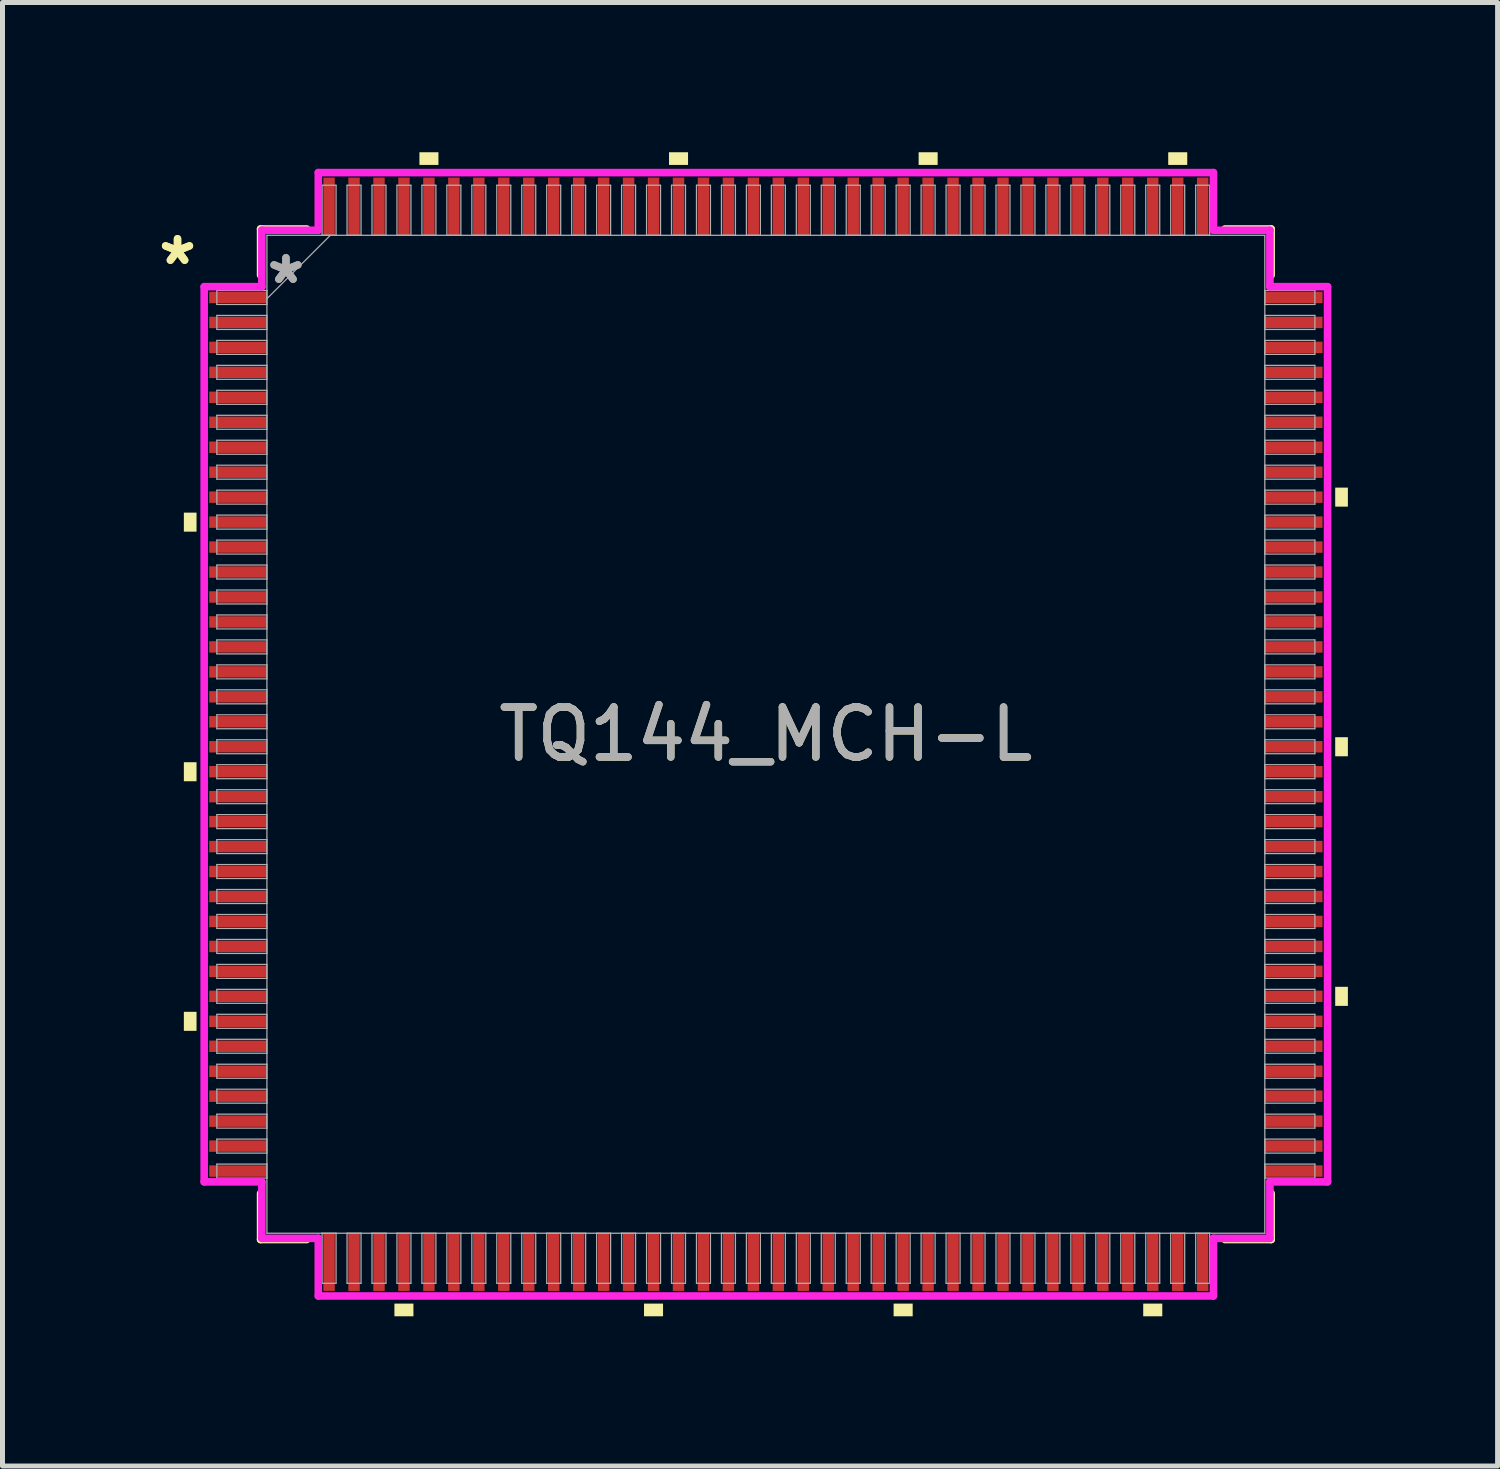
<source format=kicad_pcb>
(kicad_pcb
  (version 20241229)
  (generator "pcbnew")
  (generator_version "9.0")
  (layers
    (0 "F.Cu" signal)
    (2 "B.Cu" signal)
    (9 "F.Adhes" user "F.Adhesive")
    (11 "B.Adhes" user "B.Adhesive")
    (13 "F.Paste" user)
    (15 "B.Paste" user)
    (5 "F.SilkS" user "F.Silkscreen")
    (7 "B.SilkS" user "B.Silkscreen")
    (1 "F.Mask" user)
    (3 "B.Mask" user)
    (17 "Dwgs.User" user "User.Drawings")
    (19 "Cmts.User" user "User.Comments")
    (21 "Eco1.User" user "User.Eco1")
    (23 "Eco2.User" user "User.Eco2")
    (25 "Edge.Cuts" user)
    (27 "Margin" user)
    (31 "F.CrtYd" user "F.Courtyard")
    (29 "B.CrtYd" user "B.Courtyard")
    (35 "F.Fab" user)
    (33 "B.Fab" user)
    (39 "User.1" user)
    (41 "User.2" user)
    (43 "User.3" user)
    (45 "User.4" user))
  (footprint "TQ144_MCH-L"
    (layer "F.Cu")
    (at 12.292 11.659)
    (property "Reference" "TQ144_MCH-L" (at 0 0 0) (unlocked yes) (layer "F.SilkS") (effects (font (size 1 1) (thickness 0.15))))
    (attr smd)
    (fp_line (start -10.122 -10.122) (end -10.122 -9.197) (stroke (width 0.152) (type solid)) (layer "F.SilkS"))
    (fp_line (start -10.122 9.197) (end -10.122 10.122) (stroke (width 0.152) (type solid)) (layer "F.SilkS"))
    (fp_line (start -10.122 10.122) (end -9.197 10.122) (stroke (width 0.152) (type solid)) (layer "F.SilkS"))
    (fp_line (start -9.197 -10.122) (end -10.122 -10.122) (stroke (width 0.152) (type solid)) (layer "F.SilkS"))
    (fp_line (start 9.197 10.122) (end 10.122 10.122) (stroke (width 0.152) (type solid)) (layer "F.SilkS"))
    (fp_line (start 10.122 -10.122) (end 9.197 -10.122) (stroke (width 0.152) (type solid)) (layer "F.SilkS"))
    (fp_line (start 10.122 -9.197) (end 10.122 -10.122) (stroke (width 0.152) (type solid)) (layer "F.SilkS"))
    (fp_line (start 10.122 10.122) (end 10.122 9.197) (stroke (width 0.152) (type solid)) (layer "F.SilkS"))
    (fp_poly (pts (xy -11.659 -4.44) (xy -11.659 -4.059) (xy -11.405 -4.059) (xy -11.405 -4.44)) (stroke (width 0) (type solid)) (fill yes) (layer "F.SilkS"))
    (fp_poly (pts (xy -11.659 0.56) (xy -11.659 0.941) (xy -11.405 0.941) (xy -11.405 0.56)) (stroke (width 0) (type solid)) (fill yes) (layer "F.SilkS"))
    (fp_poly (pts (xy -11.659 5.56) (xy -11.659 5.941) (xy -11.405 5.941) (xy -11.405 5.56)) (stroke (width 0) (type solid)) (fill yes) (layer "F.SilkS"))
    (fp_poly (pts (xy -7.441 11.405) (xy -7.441 11.659) (xy -7.06 11.659) (xy -7.06 11.405)) (stroke (width 0) (type solid)) (fill yes) (layer "F.SilkS"))
    (fp_poly (pts (xy -6.94 -11.405) (xy -6.94 -11.659) (xy -6.559 -11.659) (xy -6.559 -11.405)) (stroke (width 0) (type solid)) (fill yes) (layer "F.SilkS"))
    (fp_poly (pts (xy -2.441 11.405) (xy -2.441 11.659) (xy -2.06 11.659) (xy -2.06 11.405)) (stroke (width 0) (type solid)) (fill yes) (layer "F.SilkS"))
    (fp_poly (pts (xy -1.94 -11.405) (xy -1.94 -11.659) (xy -1.559 -11.659) (xy -1.559 -11.405)) (stroke (width 0) (type solid)) (fill yes) (layer "F.SilkS"))
    (fp_poly (pts (xy 2.559 11.405) (xy 2.559 11.659) (xy 2.941 11.659) (xy 2.941 11.405)) (stroke (width 0) (type solid)) (fill yes) (layer "F.SilkS"))
    (fp_poly (pts (xy 3.06 -11.405) (xy 3.06 -11.659) (xy 3.441 -11.659) (xy 3.441 -11.405)) (stroke (width 0) (type solid)) (fill yes) (layer "F.SilkS"))
    (fp_poly (pts (xy 7.559 11.405) (xy 7.559 11.659) (xy 7.941 11.659) (xy 7.941 11.405)) (stroke (width 0) (type solid)) (fill yes) (layer "F.SilkS"))
    (fp_poly (pts (xy 8.06 -11.405) (xy 8.06 -11.659) (xy 8.441 -11.659) (xy 8.441 -11.405)) (stroke (width 0) (type solid)) (fill yes) (layer "F.SilkS"))
    (fp_poly (pts (xy 11.659 -4.941) (xy 11.659 -4.56) (xy 11.405 -4.56) (xy 11.405 -4.941)) (stroke (width 0) (type solid)) (fill yes) (layer "F.SilkS"))
    (fp_poly (pts (xy 11.659 0.059) (xy 11.659 0.441) (xy 11.405 0.441) (xy 11.405 0.059)) (stroke (width 0) (type solid)) (fill yes) (layer "F.SilkS"))
    (fp_poly (pts (xy 11.659 5.059) (xy 11.659 5.441) (xy 11.405 5.441) (xy 11.405 5.059)) (stroke (width 0) (type solid)) (fill yes) (layer "F.SilkS"))
    (fp_line (start -11.252 -8.966) (end -10.097 -8.966) (stroke (width 0.152) (type solid)) (layer "F.CrtYd"))
    (fp_line (start -11.252 8.966) (end -11.252 -8.966) (stroke (width 0.152) (type solid)) (layer "F.CrtYd"))
    (fp_line (start -10.097 -10.097) (end -8.966 -10.097) (stroke (width 0.152) (type solid)) (layer "F.CrtYd"))
    (fp_line (start -10.097 -8.966) (end -10.097 -10.097) (stroke (width 0.152) (type solid)) (layer "F.CrtYd"))
    (fp_line (start -10.097 8.966) (end -11.252 8.966) (stroke (width 0.152) (type solid)) (layer "F.CrtYd"))
    (fp_line (start -10.097 10.097) (end -10.097 8.966) (stroke (width 0.152) (type solid)) (layer "F.CrtYd"))
    (fp_line (start -10.097 10.097) (end -8.966 10.097) (stroke (width 0.152) (type solid)) (layer "F.CrtYd"))
    (fp_line (start -8.966 -11.252) (end 8.966 -11.252) (stroke (width 0.152) (type solid)) (layer "F.CrtYd"))
    (fp_line (start -8.966 -10.097) (end -8.966 -11.252) (stroke (width 0.152) (type solid)) (layer "F.CrtYd"))
    (fp_line (start -8.966 10.097) (end -8.966 11.252) (stroke (width 0.152) (type solid)) (layer "F.CrtYd"))
    (fp_line (start -8.966 11.252) (end 8.966 11.252) (stroke (width 0.152) (type solid)) (layer "F.CrtYd"))
    (fp_line (start 8.966 -11.252) (end 8.966 -10.097) (stroke (width 0.152) (type solid)) (layer "F.CrtYd"))
    (fp_line (start 8.966 -10.097) (end 10.097 -10.097) (stroke (width 0.152) (type solid)) (layer "F.CrtYd"))
    (fp_line (start 8.966 10.097) (end 10.097 10.097) (stroke (width 0.152) (type solid)) (layer "F.CrtYd"))
    (fp_line (start 8.966 11.252) (end 8.966 10.097) (stroke (width 0.152) (type solid)) (layer "F.CrtYd"))
    (fp_line (start 10.097 -8.966) (end 10.097 -10.097) (stroke (width 0.152) (type solid)) (layer "F.CrtYd"))
    (fp_line (start 10.097 8.966) (end 11.252 8.966) (stroke (width 0.152) (type solid)) (layer "F.CrtYd"))
    (fp_line (start 10.097 10.097) (end 10.097 8.966) (stroke (width 0.152) (type solid)) (layer "F.CrtYd"))
    (fp_line (start 11.252 -8.966) (end 10.097 -8.966) (stroke (width 0.152) (type solid)) (layer "F.CrtYd"))
    (fp_line (start 11.252 8.966) (end 11.252 -8.966) (stroke (width 0.152) (type solid)) (layer "F.CrtYd"))
    (fp_line (start -10.998 -8.89) (end -10.998 -8.61) (stroke (width 0.025) (type solid)) (layer "F.Fab"))
    (fp_line (start -10.998 -8.61) (end -9.995 -8.61) (stroke (width 0.025) (type solid)) (layer "F.Fab"))
    (fp_line (start -10.998 -8.39) (end -10.998 -8.11) (stroke (width 0.025) (type solid)) (layer "F.Fab"))
    (fp_line (start -10.998 -8.11) (end -9.995 -8.11) (stroke (width 0.025) (type solid)) (layer "F.Fab"))
    (fp_line (start -10.998 -7.89) (end -10.998 -7.61) (stroke (width 0.025) (type solid)) (layer "F.Fab"))
    (fp_line (start -10.998 -7.61) (end -9.995 -7.61) (stroke (width 0.025) (type solid)) (layer "F.Fab"))
    (fp_line (start -10.998 -7.39) (end -10.998 -7.11) (stroke (width 0.025) (type solid)) (layer "F.Fab"))
    (fp_line (start -10.998 -7.11) (end -9.995 -7.11) (stroke (width 0.025) (type solid)) (layer "F.Fab"))
    (fp_line (start -10.998 -6.89) (end -10.998 -6.61) (stroke (width 0.025) (type solid)) (layer "F.Fab"))
    (fp_line (start -10.998 -6.61) (end -9.995 -6.61) (stroke (width 0.025) (type solid)) (layer "F.Fab"))
    (fp_line (start -10.998 -6.39) (end -10.998 -6.11) (stroke (width 0.025) (type solid)) (layer "F.Fab"))
    (fp_line (start -10.998 -6.11) (end -9.995 -6.11) (stroke (width 0.025) (type solid)) (layer "F.Fab"))
    (fp_line (start -10.998 -5.89) (end -10.998 -5.61) (stroke (width 0.025) (type solid)) (layer "F.Fab"))
    (fp_line (start -10.998 -5.61) (end -9.995 -5.61) (stroke (width 0.025) (type solid)) (layer "F.Fab"))
    (fp_line (start -10.998 -5.39) (end -10.998 -5.11) (stroke (width 0.025) (type solid)) (layer "F.Fab"))
    (fp_line (start -10.998 -5.11) (end -9.995 -5.11) (stroke (width 0.025) (type solid)) (layer "F.Fab"))
    (fp_line (start -10.998 -4.89) (end -10.998 -4.61) (stroke (width 0.025) (type solid)) (layer "F.Fab"))
    (fp_line (start -10.998 -4.61) (end -9.995 -4.61) (stroke (width 0.025) (type solid)) (layer "F.Fab"))
    (fp_line (start -10.998 -4.39) (end -10.998 -4.11) (stroke (width 0.025) (type solid)) (layer "F.Fab"))
    (fp_line (start -10.998 -4.11) (end -9.995 -4.11) (stroke (width 0.025) (type solid)) (layer "F.Fab"))
    (fp_line (start -10.998 -3.89) (end -10.998 -3.61) (stroke (width 0.025) (type solid)) (layer "F.Fab"))
    (fp_line (start -10.998 -3.61) (end -9.995 -3.61) (stroke (width 0.025) (type solid)) (layer "F.Fab"))
    (fp_line (start -10.998 -3.39) (end -10.998 -3.11) (stroke (width 0.025) (type solid)) (layer "F.Fab"))
    (fp_line (start -10.998 -3.11) (end -9.995 -3.11) (stroke (width 0.025) (type solid)) (layer "F.Fab"))
    (fp_line (start -10.998 -2.89) (end -10.998 -2.61) (stroke (width 0.025) (type solid)) (layer "F.Fab"))
    (fp_line (start -10.998 -2.61) (end -9.995 -2.61) (stroke (width 0.025) (type solid)) (layer "F.Fab"))
    (fp_line (start -10.998 -2.39) (end -10.998 -2.11) (stroke (width 0.025) (type solid)) (layer "F.Fab"))
    (fp_line (start -10.998 -2.11) (end -9.995 -2.11) (stroke (width 0.025) (type solid)) (layer "F.Fab"))
    (fp_line (start -10.998 -1.89) (end -10.998 -1.61) (stroke (width 0.025) (type solid)) (layer "F.Fab"))
    (fp_line (start -10.998 -1.61) (end -9.995 -1.61) (stroke (width 0.025) (type solid)) (layer "F.Fab"))
    (fp_line (start -10.998 -1.39) (end -10.998 -1.11) (stroke (width 0.025) (type solid)) (layer "F.Fab"))
    (fp_line (start -10.998 -1.11) (end -9.995 -1.11) (stroke (width 0.025) (type solid)) (layer "F.Fab"))
    (fp_line (start -10.998 -0.89) (end -10.998 -0.61) (stroke (width 0.025) (type solid)) (layer "F.Fab"))
    (fp_line (start -10.998 -0.61) (end -9.995 -0.61) (stroke (width 0.025) (type solid)) (layer "F.Fab"))
    (fp_line (start -10.998 -0.39) (end -10.998 -0.11) (stroke (width 0.025) (type solid)) (layer "F.Fab"))
    (fp_line (start -10.998 -0.11) (end -9.995 -0.11) (stroke (width 0.025) (type solid)) (layer "F.Fab"))
    (fp_line (start -10.998 0.11) (end -10.998 0.39) (stroke (width 0.025) (type solid)) (layer "F.Fab"))
    (fp_line (start -10.998 0.39) (end -9.995 0.39) (stroke (width 0.025) (type solid)) (layer "F.Fab"))
    (fp_line (start -10.998 0.61) (end -10.998 0.89) (stroke (width 0.025) (type solid)) (layer "F.Fab"))
    (fp_line (start -10.998 0.89) (end -9.995 0.89) (stroke (width 0.025) (type solid)) (layer "F.Fab"))
    (fp_line (start -10.998 1.11) (end -10.998 1.39) (stroke (width 0.025) (type solid)) (layer "F.Fab"))
    (fp_line (start -10.998 1.39) (end -9.995 1.39) (stroke (width 0.025) (type solid)) (layer "F.Fab"))
    (fp_line (start -10.998 1.61) (end -10.998 1.89) (stroke (width 0.025) (type solid)) (layer "F.Fab"))
    (fp_line (start -10.998 1.89) (end -9.995 1.89) (stroke (width 0.025) (type solid)) (layer "F.Fab"))
    (fp_line (start -10.998 2.11) (end -10.998 2.39) (stroke (width 0.025) (type solid)) (layer "F.Fab"))
    (fp_line (start -10.998 2.39) (end -9.995 2.39) (stroke (width 0.025) (type solid)) (layer "F.Fab"))
    (fp_line (start -10.998 2.61) (end -10.998 2.89) (stroke (width 0.025) (type solid)) (layer "F.Fab"))
    (fp_line (start -10.998 2.89) (end -9.995 2.89) (stroke (width 0.025) (type solid)) (layer "F.Fab"))
    (fp_line (start -10.998 3.11) (end -10.998 3.39) (stroke (width 0.025) (type solid)) (layer "F.Fab"))
    (fp_line (start -10.998 3.39) (end -9.995 3.39) (stroke (width 0.025) (type solid)) (layer "F.Fab"))
    (fp_line (start -10.998 3.61) (end -10.998 3.89) (stroke (width 0.025) (type solid)) (layer "F.Fab"))
    (fp_line (start -10.998 3.89) (end -9.995 3.89) (stroke (width 0.025) (type solid)) (layer "F.Fab"))
    (fp_line (start -10.998 4.11) (end -10.998 4.39) (stroke (width 0.025) (type solid)) (layer "F.Fab"))
    (fp_line (start -10.998 4.39) (end -9.995 4.39) (stroke (width 0.025) (type solid)) (layer "F.Fab"))
    (fp_line (start -10.998 4.61) (end -10.998 4.89) (stroke (width 0.025) (type solid)) (layer "F.Fab"))
    (fp_line (start -10.998 4.89) (end -9.995 4.89) (stroke (width 0.025) (type solid)) (layer "F.Fab"))
    (fp_line (start -10.998 5.11) (end -10.998 5.39) (stroke (width 0.025) (type solid)) (layer "F.Fab"))
    (fp_line (start -10.998 5.39) (end -9.995 5.39) (stroke (width 0.025) (type solid)) (layer "F.Fab"))
    (fp_line (start -10.998 5.61) (end -10.998 5.89) (stroke (width 0.025) (type solid)) (layer "F.Fab"))
    (fp_line (start -10.998 5.89) (end -9.995 5.89) (stroke (width 0.025) (type solid)) (layer "F.Fab"))
    (fp_line (start -10.998 6.11) (end -10.998 6.39) (stroke (width 0.025) (type solid)) (layer "F.Fab"))
    (fp_line (start -10.998 6.39) (end -9.995 6.39) (stroke (width 0.025) (type solid)) (layer "F.Fab"))
    (fp_line (start -10.998 6.61) (end -10.998 6.89) (stroke (width 0.025) (type solid)) (layer "F.Fab"))
    (fp_line (start -10.998 6.89) (end -9.995 6.89) (stroke (width 0.025) (type solid)) (layer "F.Fab"))
    (fp_line (start -10.998 7.11) (end -10.998 7.39) (stroke (width 0.025) (type solid)) (layer "F.Fab"))
    (fp_line (start -10.998 7.39) (end -9.995 7.39) (stroke (width 0.025) (type solid)) (layer "F.Fab"))
    (fp_line (start -10.998 7.61) (end -10.998 7.89) (stroke (width 0.025) (type solid)) (layer "F.Fab"))
    (fp_line (start -10.998 7.89) (end -9.995 7.89) (stroke (width 0.025) (type solid)) (layer "F.Fab"))
    (fp_line (start -10.998 8.11) (end -10.998 8.39) (stroke (width 0.025) (type solid)) (layer "F.Fab"))
    (fp_line (start -10.998 8.39) (end -9.995 8.39) (stroke (width 0.025) (type solid)) (layer "F.Fab"))
    (fp_line (start -10.998 8.61) (end -10.998 8.89) (stroke (width 0.025) (type solid)) (layer "F.Fab"))
    (fp_line (start -10.998 8.89) (end -9.995 8.89) (stroke (width 0.025) (type solid)) (layer "F.Fab"))
    (fp_line (start -9.995 -9.995) (end -9.995 9.995) (stroke (width 0.025) (type solid)) (layer "F.Fab"))
    (fp_line (start -9.995 -8.89) (end -10.998 -8.89) (stroke (width 0.025) (type solid)) (layer "F.Fab"))
    (fp_line (start -9.995 -8.725) (end -8.725 -9.995) (stroke (width 0.025) (type solid)) (layer "F.Fab"))
    (fp_line (start -9.995 -8.61) (end -9.995 -8.89) (stroke (width 0.025) (type solid)) (layer "F.Fab"))
    (fp_line (start -9.995 -8.39) (end -10.998 -8.39) (stroke (width 0.025) (type solid)) (layer "F.Fab"))
    (fp_line (start -9.995 -8.11) (end -9.995 -8.39) (stroke (width 0.025) (type solid)) (layer "F.Fab"))
    (fp_line (start -9.995 -7.89) (end -10.998 -7.89) (stroke (width 0.025) (type solid)) (layer "F.Fab"))
    (fp_line (start -9.995 -7.61) (end -9.995 -7.89) (stroke (width 0.025) (type solid)) (layer "F.Fab"))
    (fp_line (start -9.995 -7.39) (end -10.998 -7.39) (stroke (width 0.025) (type solid)) (layer "F.Fab"))
    (fp_line (start -9.995 -7.11) (end -9.995 -7.39) (stroke (width 0.025) (type solid)) (layer "F.Fab"))
    (fp_line (start -9.995 -6.89) (end -10.998 -6.89) (stroke (width 0.025) (type solid)) (layer "F.Fab"))
    (fp_line (start -9.995 -6.61) (end -9.995 -6.89) (stroke (width 0.025) (type solid)) (layer "F.Fab"))
    (fp_line (start -9.995 -6.39) (end -10.998 -6.39) (stroke (width 0.025) (type solid)) (layer "F.Fab"))
    (fp_line (start -9.995 -6.11) (end -9.995 -6.39) (stroke (width 0.025) (type solid)) (layer "F.Fab"))
    (fp_line (start -9.995 -5.89) (end -10.998 -5.89) (stroke (width 0.025) (type solid)) (layer "F.Fab"))
    (fp_line (start -9.995 -5.61) (end -9.995 -5.89) (stroke (width 0.025) (type solid)) (layer "F.Fab"))
    (fp_line (start -9.995 -5.39) (end -10.998 -5.39) (stroke (width 0.025) (type solid)) (layer "F.Fab"))
    (fp_line (start -9.995 -5.11) (end -9.995 -5.39) (stroke (width 0.025) (type solid)) (layer "F.Fab"))
    (fp_line (start -9.995 -4.89) (end -10.998 -4.89) (stroke (width 0.025) (type solid)) (layer "F.Fab"))
    (fp_line (start -9.995 -4.61) (end -9.995 -4.89) (stroke (width 0.025) (type solid)) (layer "F.Fab"))
    (fp_line (start -9.995 -4.39) (end -10.998 -4.39) (stroke (width 0.025) (type solid)) (layer "F.Fab"))
    (fp_line (start -9.995 -4.11) (end -9.995 -4.39) (stroke (width 0.025) (type solid)) (layer "F.Fab"))
    (fp_line (start -9.995 -3.89) (end -10.998 -3.89) (stroke (width 0.025) (type solid)) (layer "F.Fab"))
    (fp_line (start -9.995 -3.61) (end -9.995 -3.89) (stroke (width 0.025) (type solid)) (layer "F.Fab"))
    (fp_line (start -9.995 -3.39) (end -10.998 -3.39) (stroke (width 0.025) (type solid)) (layer "F.Fab"))
    (fp_line (start -9.995 -3.11) (end -9.995 -3.39) (stroke (width 0.025) (type solid)) (layer "F.Fab"))
    (fp_line (start -9.995 -2.89) (end -10.998 -2.89) (stroke (width 0.025) (type solid)) (layer "F.Fab"))
    (fp_line (start -9.995 -2.61) (end -9.995 -2.89) (stroke (width 0.025) (type solid)) (layer "F.Fab"))
    (fp_line (start -9.995 -2.39) (end -10.998 -2.39) (stroke (width 0.025) (type solid)) (layer "F.Fab"))
    (fp_line (start -9.995 -2.11) (end -9.995 -2.39) (stroke (width 0.025) (type solid)) (layer "F.Fab"))
    (fp_line (start -9.995 -1.89) (end -10.998 -1.89) (stroke (width 0.025) (type solid)) (layer "F.Fab"))
    (fp_line (start -9.995 -1.61) (end -9.995 -1.89) (stroke (width 0.025) (type solid)) (layer "F.Fab"))
    (fp_line (start -9.995 -1.39) (end -10.998 -1.39) (stroke (width 0.025) (type solid)) (layer "F.Fab"))
    (fp_line (start -9.995 -1.11) (end -9.995 -1.39) (stroke (width 0.025) (type solid)) (layer "F.Fab"))
    (fp_line (start -9.995 -0.89) (end -10.998 -0.89) (stroke (width 0.025) (type solid)) (layer "F.Fab"))
    (fp_line (start -9.995 -0.61) (end -9.995 -0.89) (stroke (width 0.025) (type solid)) (layer "F.Fab"))
    (fp_line (start -9.995 -0.39) (end -10.998 -0.39) (stroke (width 0.025) (type solid)) (layer "F.Fab"))
    (fp_line (start -9.995 -0.11) (end -9.995 -0.39) (stroke (width 0.025) (type solid)) (layer "F.Fab"))
    (fp_line (start -9.995 0.11) (end -10.998 0.11) (stroke (width 0.025) (type solid)) (layer "F.Fab"))
    (fp_line (start -9.995 0.39) (end -9.995 0.11) (stroke (width 0.025) (type solid)) (layer "F.Fab"))
    (fp_line (start -9.995 0.61) (end -10.998 0.61) (stroke (width 0.025) (type solid)) (layer "F.Fab"))
    (fp_line (start -9.995 0.89) (end -9.995 0.61) (stroke (width 0.025) (type solid)) (layer "F.Fab"))
    (fp_line (start -9.995 1.11) (end -10.998 1.11) (stroke (width 0.025) (type solid)) (layer "F.Fab"))
    (fp_line (start -9.995 1.39) (end -9.995 1.11) (stroke (width 0.025) (type solid)) (layer "F.Fab"))
    (fp_line (start -9.995 1.61) (end -10.998 1.61) (stroke (width 0.025) (type solid)) (layer "F.Fab"))
    (fp_line (start -9.995 1.89) (end -9.995 1.61) (stroke (width 0.025) (type solid)) (layer "F.Fab"))
    (fp_line (start -9.995 2.11) (end -10.998 2.11) (stroke (width 0.025) (type solid)) (layer "F.Fab"))
    (fp_line (start -9.995 2.39) (end -9.995 2.11) (stroke (width 0.025) (type solid)) (layer "F.Fab"))
    (fp_line (start -9.995 2.61) (end -10.998 2.61) (stroke (width 0.025) (type solid)) (layer "F.Fab"))
    (fp_line (start -9.995 2.89) (end -9.995 2.61) (stroke (width 0.025) (type solid)) (layer "F.Fab"))
    (fp_line (start -9.995 3.11) (end -10.998 3.11) (stroke (width 0.025) (type solid)) (layer "F.Fab"))
    (fp_line (start -9.995 3.39) (end -9.995 3.11) (stroke (width 0.025) (type solid)) (layer "F.Fab"))
    (fp_line (start -9.995 3.61) (end -10.998 3.61) (stroke (width 0.025) (type solid)) (layer "F.Fab"))
    (fp_line (start -9.995 3.89) (end -9.995 3.61) (stroke (width 0.025) (type solid)) (layer "F.Fab"))
    (fp_line (start -9.995 4.11) (end -10.998 4.11) (stroke (width 0.025) (type solid)) (layer "F.Fab"))
    (fp_line (start -9.995 4.39) (end -9.995 4.11) (stroke (width 0.025) (type solid)) (layer "F.Fab"))
    (fp_line (start -9.995 4.61) (end -10.998 4.61) (stroke (width 0.025) (type solid)) (layer "F.Fab"))
    (fp_line (start -9.995 4.89) (end -9.995 4.61) (stroke (width 0.025) (type solid)) (layer "F.Fab"))
    (fp_line (start -9.995 5.11) (end -10.998 5.11) (stroke (width 0.025) (type solid)) (layer "F.Fab"))
    (fp_line (start -9.995 5.39) (end -9.995 5.11) (stroke (width 0.025) (type solid)) (layer "F.Fab"))
    (fp_line (start -9.995 5.61) (end -10.998 5.61) (stroke (width 0.025) (type solid)) (layer "F.Fab"))
    (fp_line (start -9.995 5.89) (end -9.995 5.61) (stroke (width 0.025) (type solid)) (layer "F.Fab"))
    (fp_line (start -9.995 6.11) (end -10.998 6.11) (stroke (width 0.025) (type solid)) (layer "F.Fab"))
    (fp_line (start -9.995 6.39) (end -9.995 6.11) (stroke (width 0.025) (type solid)) (layer "F.Fab"))
    (fp_line (start -9.995 6.61) (end -10.998 6.61) (stroke (width 0.025) (type solid)) (layer "F.Fab"))
    (fp_line (start -9.995 6.89) (end -9.995 6.61) (stroke (width 0.025) (type solid)) (layer "F.Fab"))
    (fp_line (start -9.995 7.11) (end -10.998 7.11) (stroke (width 0.025) (type solid)) (layer "F.Fab"))
    (fp_line (start -9.995 7.39) (end -9.995 7.11) (stroke (width 0.025) (type solid)) (layer "F.Fab"))
    (fp_line (start -9.995 7.61) (end -10.998 7.61) (stroke (width 0.025) (type solid)) (layer "F.Fab"))
    (fp_line (start -9.995 7.89) (end -9.995 7.61) (stroke (width 0.025) (type solid)) (layer "F.Fab"))
    (fp_line (start -9.995 8.11) (end -10.998 8.11) (stroke (width 0.025) (type solid)) (layer "F.Fab"))
    (fp_line (start -9.995 8.39) (end -9.995 8.11) (stroke (width 0.025) (type solid)) (layer "F.Fab"))
    (fp_line (start -9.995 8.61) (end -10.998 8.61) (stroke (width 0.025) (type solid)) (layer "F.Fab"))
    (fp_line (start -9.995 8.89) (end -9.995 8.61) (stroke (width 0.025) (type solid)) (layer "F.Fab"))
    (fp_line (start -9.995 9.995) (end 9.995 9.995) (stroke (width 0.025) (type solid)) (layer "F.Fab"))
    (fp_line (start -8.89 -10.998) (end -8.89 -9.995) (stroke (width 0.025) (type solid)) (layer "F.Fab"))
    (fp_line (start -8.89 -9.995) (end -8.61 -9.995) (stroke (width 0.025) (type solid)) (layer "F.Fab"))
    (fp_line (start -8.89 9.995) (end -8.89 10.998) (stroke (width 0.025) (type solid)) (layer "F.Fab"))
    (fp_line (start -8.89 10.998) (end -8.61 10.998) (stroke (width 0.025) (type solid)) (layer "F.Fab"))
    (fp_line (start -8.61 -10.998) (end -8.89 -10.998) (stroke (width 0.025) (type solid)) (layer "F.Fab"))
    (fp_line (start -8.61 -9.995) (end -8.61 -10.998) (stroke (width 0.025) (type solid)) (layer "F.Fab"))
    (fp_line (start -8.61 9.995) (end -8.89 9.995) (stroke (width 0.025) (type solid)) (layer "F.Fab"))
    (fp_line (start -8.61 10.998) (end -8.61 9.995) (stroke (width 0.025) (type solid)) (layer "F.Fab"))
    (fp_line (start -8.39 -10.998) (end -8.39 -9.995) (stroke (width 0.025) (type solid)) (layer "F.Fab"))
    (fp_line (start -8.39 -9.995) (end -8.11 -9.995) (stroke (width 0.025) (type solid)) (layer "F.Fab"))
    (fp_line (start -8.39 9.995) (end -8.39 10.998) (stroke (width 0.025) (type solid)) (layer "F.Fab"))
    (fp_line (start -8.39 10.998) (end -8.11 10.998) (stroke (width 0.025) (type solid)) (layer "F.Fab"))
    (fp_line (start -8.11 -10.998) (end -8.39 -10.998) (stroke (width 0.025) (type solid)) (layer "F.Fab"))
    (fp_line (start -8.11 -9.995) (end -8.11 -10.998) (stroke (width 0.025) (type solid)) (layer "F.Fab"))
    (fp_line (start -8.11 9.995) (end -8.39 9.995) (stroke (width 0.025) (type solid)) (layer "F.Fab"))
    (fp_line (start -8.11 10.998) (end -8.11 9.995) (stroke (width 0.025) (type solid)) (layer "F.Fab"))
    (fp_line (start -7.89 -10.998) (end -7.89 -9.995) (stroke (width 0.025) (type solid)) (layer "F.Fab"))
    (fp_line (start -7.89 -9.995) (end -7.61 -9.995) (stroke (width 0.025) (type solid)) (layer "F.Fab"))
    (fp_line (start -7.89 9.995) (end -7.89 10.998) (stroke (width 0.025) (type solid)) (layer "F.Fab"))
    (fp_line (start -7.89 10.998) (end -7.61 10.998) (stroke (width 0.025) (type solid)) (layer "F.Fab"))
    (fp_line (start -7.61 -10.998) (end -7.89 -10.998) (stroke (width 0.025) (type solid)) (layer "F.Fab"))
    (fp_line (start -7.61 -9.995) (end -7.61 -10.998) (stroke (width 0.025) (type solid)) (layer "F.Fab"))
    (fp_line (start -7.61 9.995) (end -7.89 9.995) (stroke (width 0.025) (type solid)) (layer "F.Fab"))
    (fp_line (start -7.61 10.998) (end -7.61 9.995) (stroke (width 0.025) (type solid)) (layer "F.Fab"))
    (fp_line (start -7.39 -10.998) (end -7.39 -9.995) (stroke (width 0.025) (type solid)) (layer "F.Fab"))
    (fp_line (start -7.39 -9.995) (end -7.11 -9.995) (stroke (width 0.025) (type solid)) (layer "F.Fab"))
    (fp_line (start -7.39 9.995) (end -7.39 10.998) (stroke (width 0.025) (type solid)) (layer "F.Fab"))
    (fp_line (start -7.39 10.998) (end -7.11 10.998) (stroke (width 0.025) (type solid)) (layer "F.Fab"))
    (fp_line (start -7.11 -10.998) (end -7.39 -10.998) (stroke (width 0.025) (type solid)) (layer "F.Fab"))
    (fp_line (start -7.11 -9.995) (end -7.11 -10.998) (stroke (width 0.025) (type solid)) (layer "F.Fab"))
    (fp_line (start -7.11 9.995) (end -7.39 9.995) (stroke (width 0.025) (type solid)) (layer "F.Fab"))
    (fp_line (start -7.11 10.998) (end -7.11 9.995) (stroke (width 0.025) (type solid)) (layer "F.Fab"))
    (fp_line (start -6.89 -10.998) (end -6.89 -9.995) (stroke (width 0.025) (type solid)) (layer "F.Fab"))
    (fp_line (start -6.89 -9.995) (end -6.61 -9.995) (stroke (width 0.025) (type solid)) (layer "F.Fab"))
    (fp_line (start -6.89 9.995) (end -6.89 10.998) (stroke (width 0.025) (type solid)) (layer "F.Fab"))
    (fp_line (start -6.89 10.998) (end -6.61 10.998) (stroke (width 0.025) (type solid)) (layer "F.Fab"))
    (fp_line (start -6.61 -10.998) (end -6.89 -10.998) (stroke (width 0.025) (type solid)) (layer "F.Fab"))
    (fp_line (start -6.61 -9.995) (end -6.61 -10.998) (stroke (width 0.025) (type solid)) (layer "F.Fab"))
    (fp_line (start -6.61 9.995) (end -6.89 9.995) (stroke (width 0.025) (type solid)) (layer "F.Fab"))
    (fp_line (start -6.61 10.998) (end -6.61 9.995) (stroke (width 0.025) (type solid)) (layer "F.Fab"))
    (fp_line (start -6.39 -10.998) (end -6.39 -9.995) (stroke (width 0.025) (type solid)) (layer "F.Fab"))
    (fp_line (start -6.39 -9.995) (end -6.11 -9.995) (stroke (width 0.025) (type solid)) (layer "F.Fab"))
    (fp_line (start -6.39 9.995) (end -6.39 10.998) (stroke (width 0.025) (type solid)) (layer "F.Fab"))
    (fp_line (start -6.39 10.998) (end -6.11 10.998) (stroke (width 0.025) (type solid)) (layer "F.Fab"))
    (fp_line (start -6.11 -10.998) (end -6.39 -10.998) (stroke (width 0.025) (type solid)) (layer "F.Fab"))
    (fp_line (start -6.11 -9.995) (end -6.11 -10.998) (stroke (width 0.025) (type solid)) (layer "F.Fab"))
    (fp_line (start -6.11 9.995) (end -6.39 9.995) (stroke (width 0.025) (type solid)) (layer "F.Fab"))
    (fp_line (start -6.11 10.998) (end -6.11 9.995) (stroke (width 0.025) (type solid)) (layer "F.Fab"))
    (fp_line (start -5.89 -10.998) (end -5.89 -9.995) (stroke (width 0.025) (type solid)) (layer "F.Fab"))
    (fp_line (start -5.89 -9.995) (end -5.61 -9.995) (stroke (width 0.025) (type solid)) (layer "F.Fab"))
    (fp_line (start -5.89 9.995) (end -5.89 10.998) (stroke (width 0.025) (type solid)) (layer "F.Fab"))
    (fp_line (start -5.89 10.998) (end -5.61 10.998) (stroke (width 0.025) (type solid)) (layer "F.Fab"))
    (fp_line (start -5.61 -10.998) (end -5.89 -10.998) (stroke (width 0.025) (type solid)) (layer "F.Fab"))
    (fp_line (start -5.61 -9.995) (end -5.61 -10.998) (stroke (width 0.025) (type solid)) (layer "F.Fab"))
    (fp_line (start -5.61 9.995) (end -5.89 9.995) (stroke (width 0.025) (type solid)) (layer "F.Fab"))
    (fp_line (start -5.61 10.998) (end -5.61 9.995) (stroke (width 0.025) (type solid)) (layer "F.Fab"))
    (fp_line (start -5.39 -10.998) (end -5.39 -9.995) (stroke (width 0.025) (type solid)) (layer "F.Fab"))
    (fp_line (start -5.39 -9.995) (end -5.11 -9.995) (stroke (width 0.025) (type solid)) (layer "F.Fab"))
    (fp_line (start -5.39 9.995) (end -5.39 10.998) (stroke (width 0.025) (type solid)) (layer "F.Fab"))
    (fp_line (start -5.39 10.998) (end -5.11 10.998) (stroke (width 0.025) (type solid)) (layer "F.Fab"))
    (fp_line (start -5.11 -10.998) (end -5.39 -10.998) (stroke (width 0.025) (type solid)) (layer "F.Fab"))
    (fp_line (start -5.11 -9.995) (end -5.11 -10.998) (stroke (width 0.025) (type solid)) (layer "F.Fab"))
    (fp_line (start -5.11 9.995) (end -5.39 9.995) (stroke (width 0.025) (type solid)) (layer "F.Fab"))
    (fp_line (start -5.11 10.998) (end -5.11 9.995) (stroke (width 0.025) (type solid)) (layer "F.Fab"))
    (fp_line (start -4.89 -10.998) (end -4.89 -9.995) (stroke (width 0.025) (type solid)) (layer "F.Fab"))
    (fp_line (start -4.89 -9.995) (end -4.61 -9.995) (stroke (width 0.025) (type solid)) (layer "F.Fab"))
    (fp_line (start -4.89 9.995) (end -4.89 10.998) (stroke (width 0.025) (type solid)) (layer "F.Fab"))
    (fp_line (start -4.89 10.998) (end -4.61 10.998) (stroke (width 0.025) (type solid)) (layer "F.Fab"))
    (fp_line (start -4.61 -10.998) (end -4.89 -10.998) (stroke (width 0.025) (type solid)) (layer "F.Fab"))
    (fp_line (start -4.61 -9.995) (end -4.61 -10.998) (stroke (width 0.025) (type solid)) (layer "F.Fab"))
    (fp_line (start -4.61 9.995) (end -4.89 9.995) (stroke (width 0.025) (type solid)) (layer "F.Fab"))
    (fp_line (start -4.61 10.998) (end -4.61 9.995) (stroke (width 0.025) (type solid)) (layer "F.Fab"))
    (fp_line (start -4.39 -10.998) (end -4.39 -9.995) (stroke (width 0.025) (type solid)) (layer "F.Fab"))
    (fp_line (start -4.39 -9.995) (end -4.11 -9.995) (stroke (width 0.025) (type solid)) (layer "F.Fab"))
    (fp_line (start -4.39 9.995) (end -4.39 10.998) (stroke (width 0.025) (type solid)) (layer "F.Fab"))
    (fp_line (start -4.39 10.998) (end -4.11 10.998) (stroke (width 0.025) (type solid)) (layer "F.Fab"))
    (fp_line (start -4.11 -10.998) (end -4.39 -10.998) (stroke (width 0.025) (type solid)) (layer "F.Fab"))
    (fp_line (start -4.11 -9.995) (end -4.11 -10.998) (stroke (width 0.025) (type solid)) (layer "F.Fab"))
    (fp_line (start -4.11 9.995) (end -4.39 9.995) (stroke (width 0.025) (type solid)) (layer "F.Fab"))
    (fp_line (start -4.11 10.998) (end -4.11 9.995) (stroke (width 0.025) (type solid)) (layer "F.Fab"))
    (fp_line (start -3.89 -10.998) (end -3.89 -9.995) (stroke (width 0.025) (type solid)) (layer "F.Fab"))
    (fp_line (start -3.89 -9.995) (end -3.61 -9.995) (stroke (width 0.025) (type solid)) (layer "F.Fab"))
    (fp_line (start -3.89 9.995) (end -3.89 10.998) (stroke (width 0.025) (type solid)) (layer "F.Fab"))
    (fp_line (start -3.89 10.998) (end -3.61 10.998) (stroke (width 0.025) (type solid)) (layer "F.Fab"))
    (fp_line (start -3.61 -10.998) (end -3.89 -10.998) (stroke (width 0.025) (type solid)) (layer "F.Fab"))
    (fp_line (start -3.61 -9.995) (end -3.61 -10.998) (stroke (width 0.025) (type solid)) (layer "F.Fab"))
    (fp_line (start -3.61 9.995) (end -3.89 9.995) (stroke (width 0.025) (type solid)) (layer "F.Fab"))
    (fp_line (start -3.61 10.998) (end -3.61 9.995) (stroke (width 0.025) (type solid)) (layer "F.Fab"))
    (fp_line (start -3.39 -10.998) (end -3.39 -9.995) (stroke (width 0.025) (type solid)) (layer "F.Fab"))
    (fp_line (start -3.39 -9.995) (end -3.11 -9.995) (stroke (width 0.025) (type solid)) (layer "F.Fab"))
    (fp_line (start -3.39 9.995) (end -3.39 10.998) (stroke (width 0.025) (type solid)) (layer "F.Fab"))
    (fp_line (start -3.39 10.998) (end -3.11 10.998) (stroke (width 0.025) (type solid)) (layer "F.Fab"))
    (fp_line (start -3.11 -10.998) (end -3.39 -10.998) (stroke (width 0.025) (type solid)) (layer "F.Fab"))
    (fp_line (start -3.11 -9.995) (end -3.11 -10.998) (stroke (width 0.025) (type solid)) (layer "F.Fab"))
    (fp_line (start -3.11 9.995) (end -3.39 9.995) (stroke (width 0.025) (type solid)) (layer "F.Fab"))
    (fp_line (start -3.11 10.998) (end -3.11 9.995) (stroke (width 0.025) (type solid)) (layer "F.Fab"))
    (fp_line (start -2.89 -10.998) (end -2.89 -9.995) (stroke (width 0.025) (type solid)) (layer "F.Fab"))
    (fp_line (start -2.89 -9.995) (end -2.61 -9.995) (stroke (width 0.025) (type solid)) (layer "F.Fab"))
    (fp_line (start -2.89 9.995) (end -2.89 10.998) (stroke (width 0.025) (type solid)) (layer "F.Fab"))
    (fp_line (start -2.89 10.998) (end -2.61 10.998) (stroke (width 0.025) (type solid)) (layer "F.Fab"))
    (fp_line (start -2.61 -10.998) (end -2.89 -10.998) (stroke (width 0.025) (type solid)) (layer "F.Fab"))
    (fp_line (start -2.61 -9.995) (end -2.61 -10.998) (stroke (width 0.025) (type solid)) (layer "F.Fab"))
    (fp_line (start -2.61 9.995) (end -2.89 9.995) (stroke (width 0.025) (type solid)) (layer "F.Fab"))
    (fp_line (start -2.61 10.998) (end -2.61 9.995) (stroke (width 0.025) (type solid)) (layer "F.Fab"))
    (fp_line (start -2.39 -10.998) (end -2.39 -9.995) (stroke (width 0.025) (type solid)) (layer "F.Fab"))
    (fp_line (start -2.39 -9.995) (end -2.11 -9.995) (stroke (width 0.025) (type solid)) (layer "F.Fab"))
    (fp_line (start -2.39 9.995) (end -2.39 10.998) (stroke (width 0.025) (type solid)) (layer "F.Fab"))
    (fp_line (start -2.39 10.998) (end -2.11 10.998) (stroke (width 0.025) (type solid)) (layer "F.Fab"))
    (fp_line (start -2.11 -10.998) (end -2.39 -10.998) (stroke (width 0.025) (type solid)) (layer "F.Fab"))
    (fp_line (start -2.11 -9.995) (end -2.11 -10.998) (stroke (width 0.025) (type solid)) (layer "F.Fab"))
    (fp_line (start -2.11 9.995) (end -2.39 9.995) (stroke (width 0.025) (type solid)) (layer "F.Fab"))
    (fp_line (start -2.11 10.998) (end -2.11 9.995) (stroke (width 0.025) (type solid)) (layer "F.Fab"))
    (fp_line (start -1.89 -10.998) (end -1.89 -9.995) (stroke (width 0.025) (type solid)) (layer "F.Fab"))
    (fp_line (start -1.89 -9.995) (end -1.61 -9.995) (stroke (width 0.025) (type solid)) (layer "F.Fab"))
    (fp_line (start -1.89 9.995) (end -1.89 10.998) (stroke (width 0.025) (type solid)) (layer "F.Fab"))
    (fp_line (start -1.89 10.998) (end -1.61 10.998) (stroke (width 0.025) (type solid)) (layer "F.Fab"))
    (fp_line (start -1.61 -10.998) (end -1.89 -10.998) (stroke (width 0.025) (type solid)) (layer "F.Fab"))
    (fp_line (start -1.61 -9.995) (end -1.61 -10.998) (stroke (width 0.025) (type solid)) (layer "F.Fab"))
    (fp_line (start -1.61 9.995) (end -1.89 9.995) (stroke (width 0.025) (type solid)) (layer "F.Fab"))
    (fp_line (start -1.61 10.998) (end -1.61 9.995) (stroke (width 0.025) (type solid)) (layer "F.Fab"))
    (fp_line (start -1.39 -10.998) (end -1.39 -9.995) (stroke (width 0.025) (type solid)) (layer "F.Fab"))
    (fp_line (start -1.39 -9.995) (end -1.11 -9.995) (stroke (width 0.025) (type solid)) (layer "F.Fab"))
    (fp_line (start -1.39 9.995) (end -1.39 10.998) (stroke (width 0.025) (type solid)) (layer "F.Fab"))
    (fp_line (start -1.39 10.998) (end -1.11 10.998) (stroke (width 0.025) (type solid)) (layer "F.Fab"))
    (fp_line (start -1.11 -10.998) (end -1.39 -10.998) (stroke (width 0.025) (type solid)) (layer "F.Fab"))
    (fp_line (start -1.11 -9.995) (end -1.11 -10.998) (stroke (width 0.025) (type solid)) (layer "F.Fab"))
    (fp_line (start -1.11 9.995) (end -1.39 9.995) (stroke (width 0.025) (type solid)) (layer "F.Fab"))
    (fp_line (start -1.11 10.998) (end -1.11 9.995) (stroke (width 0.025) (type solid)) (layer "F.Fab"))
    (fp_line (start -0.89 -10.998) (end -0.89 -9.995) (stroke (width 0.025) (type solid)) (layer "F.Fab"))
    (fp_line (start -0.89 -9.995) (end -0.61 -9.995) (stroke (width 0.025) (type solid)) (layer "F.Fab"))
    (fp_line (start -0.89 9.995) (end -0.89 10.998) (stroke (width 0.025) (type solid)) (layer "F.Fab"))
    (fp_line (start -0.89 10.998) (end -0.61 10.998) (stroke (width 0.025) (type solid)) (layer "F.Fab"))
    (fp_line (start -0.61 -10.998) (end -0.89 -10.998) (stroke (width 0.025) (type solid)) (layer "F.Fab"))
    (fp_line (start -0.61 -9.995) (end -0.61 -10.998) (stroke (width 0.025) (type solid)) (layer "F.Fab"))
    (fp_line (start -0.61 9.995) (end -0.89 9.995) (stroke (width 0.025) (type solid)) (layer "F.Fab"))
    (fp_line (start -0.61 10.998) (end -0.61 9.995) (stroke (width 0.025) (type solid)) (layer "F.Fab"))
    (fp_line (start -0.39 -10.998) (end -0.39 -9.995) (stroke (width 0.025) (type solid)) (layer "F.Fab"))
    (fp_line (start -0.39 -9.995) (end -0.11 -9.995) (stroke (width 0.025) (type solid)) (layer "F.Fab"))
    (fp_line (start -0.39 9.995) (end -0.39 10.998) (stroke (width 0.025) (type solid)) (layer "F.Fab"))
    (fp_line (start -0.39 10.998) (end -0.11 10.998) (stroke (width 0.025) (type solid)) (layer "F.Fab"))
    (fp_line (start -0.11 -10.998) (end -0.39 -10.998) (stroke (width 0.025) (type solid)) (layer "F.Fab"))
    (fp_line (start -0.11 -9.995) (end -0.11 -10.998) (stroke (width 0.025) (type solid)) (layer "F.Fab"))
    (fp_line (start -0.11 9.995) (end -0.39 9.995) (stroke (width 0.025) (type solid)) (layer "F.Fab"))
    (fp_line (start -0.11 10.998) (end -0.11 9.995) (stroke (width 0.025) (type solid)) (layer "F.Fab"))
    (fp_line (start 0.11 -10.998) (end 0.11 -9.995) (stroke (width 0.025) (type solid)) (layer "F.Fab"))
    (fp_line (start 0.11 -9.995) (end 0.39 -9.995) (stroke (width 0.025) (type solid)) (layer "F.Fab"))
    (fp_line (start 0.11 9.995) (end 0.11 10.998) (stroke (width 0.025) (type solid)) (layer "F.Fab"))
    (fp_line (start 0.11 10.998) (end 0.39 10.998) (stroke (width 0.025) (type solid)) (layer "F.Fab"))
    (fp_line (start 0.39 -10.998) (end 0.11 -10.998) (stroke (width 0.025) (type solid)) (layer "F.Fab"))
    (fp_line (start 0.39 -9.995) (end 0.39 -10.998) (stroke (width 0.025) (type solid)) (layer "F.Fab"))
    (fp_line (start 0.39 9.995) (end 0.11 9.995) (stroke (width 0.025) (type solid)) (layer "F.Fab"))
    (fp_line (start 0.39 10.998) (end 0.39 9.995) (stroke (width 0.025) (type solid)) (layer "F.Fab"))
    (fp_line (start 0.61 -10.998) (end 0.61 -9.995) (stroke (width 0.025) (type solid)) (layer "F.Fab"))
    (fp_line (start 0.61 -9.995) (end 0.89 -9.995) (stroke (width 0.025) (type solid)) (layer "F.Fab"))
    (fp_line (start 0.61 9.995) (end 0.61 10.998) (stroke (width 0.025) (type solid)) (layer "F.Fab"))
    (fp_line (start 0.61 10.998) (end 0.89 10.998) (stroke (width 0.025) (type solid)) (layer "F.Fab"))
    (fp_line (start 0.89 -10.998) (end 0.61 -10.998) (stroke (width 0.025) (type solid)) (layer "F.Fab"))
    (fp_line (start 0.89 -9.995) (end 0.89 -10.998) (stroke (width 0.025) (type solid)) (layer "F.Fab"))
    (fp_line (start 0.89 9.995) (end 0.61 9.995) (stroke (width 0.025) (type solid)) (layer "F.Fab"))
    (fp_line (start 0.89 10.998) (end 0.89 9.995) (stroke (width 0.025) (type solid)) (layer "F.Fab"))
    (fp_line (start 1.11 -10.998) (end 1.11 -9.995) (stroke (width 0.025) (type solid)) (layer "F.Fab"))
    (fp_line (start 1.11 -9.995) (end 1.39 -9.995) (stroke (width 0.025) (type solid)) (layer "F.Fab"))
    (fp_line (start 1.11 9.995) (end 1.11 10.998) (stroke (width 0.025) (type solid)) (layer "F.Fab"))
    (fp_line (start 1.11 10.998) (end 1.39 10.998) (stroke (width 0.025) (type solid)) (layer "F.Fab"))
    (fp_line (start 1.39 -10.998) (end 1.11 -10.998) (stroke (width 0.025) (type solid)) (layer "F.Fab"))
    (fp_line (start 1.39 -9.995) (end 1.39 -10.998) (stroke (width 0.025) (type solid)) (layer "F.Fab"))
    (fp_line (start 1.39 9.995) (end 1.11 9.995) (stroke (width 0.025) (type solid)) (layer "F.Fab"))
    (fp_line (start 1.39 10.998) (end 1.39 9.995) (stroke (width 0.025) (type solid)) (layer "F.Fab"))
    (fp_line (start 1.61 -10.998) (end 1.61 -9.995) (stroke (width 0.025) (type solid)) (layer "F.Fab"))
    (fp_line (start 1.61 -9.995) (end 1.89 -9.995) (stroke (width 0.025) (type solid)) (layer "F.Fab"))
    (fp_line (start 1.61 9.995) (end 1.61 10.998) (stroke (width 0.025) (type solid)) (layer "F.Fab"))
    (fp_line (start 1.61 10.998) (end 1.89 10.998) (stroke (width 0.025) (type solid)) (layer "F.Fab"))
    (fp_line (start 1.89 -10.998) (end 1.61 -10.998) (stroke (width 0.025) (type solid)) (layer "F.Fab"))
    (fp_line (start 1.89 -9.995) (end 1.89 -10.998) (stroke (width 0.025) (type solid)) (layer "F.Fab"))
    (fp_line (start 1.89 9.995) (end 1.61 9.995) (stroke (width 0.025) (type solid)) (layer "F.Fab"))
    (fp_line (start 1.89 10.998) (end 1.89 9.995) (stroke (width 0.025) (type solid)) (layer "F.Fab"))
    (fp_line (start 2.11 -10.998) (end 2.11 -9.995) (stroke (width 0.025) (type solid)) (layer "F.Fab"))
    (fp_line (start 2.11 -9.995) (end 2.39 -9.995) (stroke (width 0.025) (type solid)) (layer "F.Fab"))
    (fp_line (start 2.11 9.995) (end 2.11 10.998) (stroke (width 0.025) (type solid)) (layer "F.Fab"))
    (fp_line (start 2.11 10.998) (end 2.39 10.998) (stroke (width 0.025) (type solid)) (layer "F.Fab"))
    (fp_line (start 2.39 -10.998) (end 2.11 -10.998) (stroke (width 0.025) (type solid)) (layer "F.Fab"))
    (fp_line (start 2.39 -9.995) (end 2.39 -10.998) (stroke (width 0.025) (type solid)) (layer "F.Fab"))
    (fp_line (start 2.39 9.995) (end 2.11 9.995) (stroke (width 0.025) (type solid)) (layer "F.Fab"))
    (fp_line (start 2.39 10.998) (end 2.39 9.995) (stroke (width 0.025) (type solid)) (layer "F.Fab"))
    (fp_line (start 2.61 -10.998) (end 2.61 -9.995) (stroke (width 0.025) (type solid)) (layer "F.Fab"))
    (fp_line (start 2.61 -9.995) (end 2.89 -9.995) (stroke (width 0.025) (type solid)) (layer "F.Fab"))
    (fp_line (start 2.61 9.995) (end 2.61 10.998) (stroke (width 0.025) (type solid)) (layer "F.Fab"))
    (fp_line (start 2.61 10.998) (end 2.89 10.998) (stroke (width 0.025) (type solid)) (layer "F.Fab"))
    (fp_line (start 2.89 -10.998) (end 2.61 -10.998) (stroke (width 0.025) (type solid)) (layer "F.Fab"))
    (fp_line (start 2.89 -9.995) (end 2.89 -10.998) (stroke (width 0.025) (type solid)) (layer "F.Fab"))
    (fp_line (start 2.89 9.995) (end 2.61 9.995) (stroke (width 0.025) (type solid)) (layer "F.Fab"))
    (fp_line (start 2.89 10.998) (end 2.89 9.995) (stroke (width 0.025) (type solid)) (layer "F.Fab"))
    (fp_line (start 3.11 -10.998) (end 3.11 -9.995) (stroke (width 0.025) (type solid)) (layer "F.Fab"))
    (fp_line (start 3.11 -9.995) (end 3.39 -9.995) (stroke (width 0.025) (type solid)) (layer "F.Fab"))
    (fp_line (start 3.11 9.995) (end 3.11 10.998) (stroke (width 0.025) (type solid)) (layer "F.Fab"))
    (fp_line (start 3.11 10.998) (end 3.39 10.998) (stroke (width 0.025) (type solid)) (layer "F.Fab"))
    (fp_line (start 3.39 -10.998) (end 3.11 -10.998) (stroke (width 0.025) (type solid)) (layer "F.Fab"))
    (fp_line (start 3.39 -9.995) (end 3.39 -10.998) (stroke (width 0.025) (type solid)) (layer "F.Fab"))
    (fp_line (start 3.39 9.995) (end 3.11 9.995) (stroke (width 0.025) (type solid)) (layer "F.Fab"))
    (fp_line (start 3.39 10.998) (end 3.39 9.995) (stroke (width 0.025) (type solid)) (layer "F.Fab"))
    (fp_line (start 3.61 -10.998) (end 3.61 -9.995) (stroke (width 0.025) (type solid)) (layer "F.Fab"))
    (fp_line (start 3.61 -9.995) (end 3.89 -9.995) (stroke (width 0.025) (type solid)) (layer "F.Fab"))
    (fp_line (start 3.61 9.995) (end 3.61 10.998) (stroke (width 0.025) (type solid)) (layer "F.Fab"))
    (fp_line (start 3.61 10.998) (end 3.89 10.998) (stroke (width 0.025) (type solid)) (layer "F.Fab"))
    (fp_line (start 3.89 -10.998) (end 3.61 -10.998) (stroke (width 0.025) (type solid)) (layer "F.Fab"))
    (fp_line (start 3.89 -9.995) (end 3.89 -10.998) (stroke (width 0.025) (type solid)) (layer "F.Fab"))
    (fp_line (start 3.89 9.995) (end 3.61 9.995) (stroke (width 0.025) (type solid)) (layer "F.Fab"))
    (fp_line (start 3.89 10.998) (end 3.89 9.995) (stroke (width 0.025) (type solid)) (layer "F.Fab"))
    (fp_line (start 4.11 -10.998) (end 4.11 -9.995) (stroke (width 0.025) (type solid)) (layer "F.Fab"))
    (fp_line (start 4.11 -9.995) (end 4.39 -9.995) (stroke (width 0.025) (type solid)) (layer "F.Fab"))
    (fp_line (start 4.11 9.995) (end 4.11 10.998) (stroke (width 0.025) (type solid)) (layer "F.Fab"))
    (fp_line (start 4.11 10.998) (end 4.39 10.998) (stroke (width 0.025) (type solid)) (layer "F.Fab"))
    (fp_line (start 4.39 -10.998) (end 4.11 -10.998) (stroke (width 0.025) (type solid)) (layer "F.Fab"))
    (fp_line (start 4.39 -9.995) (end 4.39 -10.998) (stroke (width 0.025) (type solid)) (layer "F.Fab"))
    (fp_line (start 4.39 9.995) (end 4.11 9.995) (stroke (width 0.025) (type solid)) (layer "F.Fab"))
    (fp_line (start 4.39 10.998) (end 4.39 9.995) (stroke (width 0.025) (type solid)) (layer "F.Fab"))
    (fp_line (start 4.61 -10.998) (end 4.61 -9.995) (stroke (width 0.025) (type solid)) (layer "F.Fab"))
    (fp_line (start 4.61 -9.995) (end 4.89 -9.995) (stroke (width 0.025) (type solid)) (layer "F.Fab"))
    (fp_line (start 4.61 9.995) (end 4.61 10.998) (stroke (width 0.025) (type solid)) (layer "F.Fab"))
    (fp_line (start 4.61 10.998) (end 4.89 10.998) (stroke (width 0.025) (type solid)) (layer "F.Fab"))
    (fp_line (start 4.89 -10.998) (end 4.61 -10.998) (stroke (width 0.025) (type solid)) (layer "F.Fab"))
    (fp_line (start 4.89 -9.995) (end 4.89 -10.998) (stroke (width 0.025) (type solid)) (layer "F.Fab"))
    (fp_line (start 4.89 9.995) (end 4.61 9.995) (stroke (width 0.025) (type solid)) (layer "F.Fab"))
    (fp_line (start 4.89 10.998) (end 4.89 9.995) (stroke (width 0.025) (type solid)) (layer "F.Fab"))
    (fp_line (start 5.11 -10.998) (end 5.11 -9.995) (stroke (width 0.025) (type solid)) (layer "F.Fab"))
    (fp_line (start 5.11 -9.995) (end 5.39 -9.995) (stroke (width 0.025) (type solid)) (layer "F.Fab"))
    (fp_line (start 5.11 9.995) (end 5.11 10.998) (stroke (width 0.025) (type solid)) (layer "F.Fab"))
    (fp_line (start 5.11 10.998) (end 5.39 10.998) (stroke (width 0.025) (type solid)) (layer "F.Fab"))
    (fp_line (start 5.39 -10.998) (end 5.11 -10.998) (stroke (width 0.025) (type solid)) (layer "F.Fab"))
    (fp_line (start 5.39 -9.995) (end 5.39 -10.998) (stroke (width 0.025) (type solid)) (layer "F.Fab"))
    (fp_line (start 5.39 9.995) (end 5.11 9.995) (stroke (width 0.025) (type solid)) (layer "F.Fab"))
    (fp_line (start 5.39 10.998) (end 5.39 9.995) (stroke (width 0.025) (type solid)) (layer "F.Fab"))
    (fp_line (start 5.61 -10.998) (end 5.61 -9.995) (stroke (width 0.025) (type solid)) (layer "F.Fab"))
    (fp_line (start 5.61 -9.995) (end 5.89 -9.995) (stroke (width 0.025) (type solid)) (layer "F.Fab"))
    (fp_line (start 5.61 9.995) (end 5.61 10.998) (stroke (width 0.025) (type solid)) (layer "F.Fab"))
    (fp_line (start 5.61 10.998) (end 5.89 10.998) (stroke (width 0.025) (type solid)) (layer "F.Fab"))
    (fp_line (start 5.89 -10.998) (end 5.61 -10.998) (stroke (width 0.025) (type solid)) (layer "F.Fab"))
    (fp_line (start 5.89 -9.995) (end 5.89 -10.998) (stroke (width 0.025) (type solid)) (layer "F.Fab"))
    (fp_line (start 5.89 9.995) (end 5.61 9.995) (stroke (width 0.025) (type solid)) (layer "F.Fab"))
    (fp_line (start 5.89 10.998) (end 5.89 9.995) (stroke (width 0.025) (type solid)) (layer "F.Fab"))
    (fp_line (start 6.11 -10.998) (end 6.11 -9.995) (stroke (width 0.025) (type solid)) (layer "F.Fab"))
    (fp_line (start 6.11 -9.995) (end 6.39 -9.995) (stroke (width 0.025) (type solid)) (layer "F.Fab"))
    (fp_line (start 6.11 9.995) (end 6.11 10.998) (stroke (width 0.025) (type solid)) (layer "F.Fab"))
    (fp_line (start 6.11 10.998) (end 6.39 10.998) (stroke (width 0.025) (type solid)) (layer "F.Fab"))
    (fp_line (start 6.39 -10.998) (end 6.11 -10.998) (stroke (width 0.025) (type solid)) (layer "F.Fab"))
    (fp_line (start 6.39 -9.995) (end 6.39 -10.998) (stroke (width 0.025) (type solid)) (layer "F.Fab"))
    (fp_line (start 6.39 9.995) (end 6.11 9.995) (stroke (width 0.025) (type solid)) (layer "F.Fab"))
    (fp_line (start 6.39 10.998) (end 6.39 9.995) (stroke (width 0.025) (type solid)) (layer "F.Fab"))
    (fp_line (start 6.61 -10.998) (end 6.61 -9.995) (stroke (width 0.025) (type solid)) (layer "F.Fab"))
    (fp_line (start 6.61 -9.995) (end 6.89 -9.995) (stroke (width 0.025) (type solid)) (layer "F.Fab"))
    (fp_line (start 6.61 9.995) (end 6.61 10.998) (stroke (width 0.025) (type solid)) (layer "F.Fab"))
    (fp_line (start 6.61 10.998) (end 6.89 10.998) (stroke (width 0.025) (type solid)) (layer "F.Fab"))
    (fp_line (start 6.89 -10.998) (end 6.61 -10.998) (stroke (width 0.025) (type solid)) (layer "F.Fab"))
    (fp_line (start 6.89 -9.995) (end 6.89 -10.998) (stroke (width 0.025) (type solid)) (layer "F.Fab"))
    (fp_line (start 6.89 9.995) (end 6.61 9.995) (stroke (width 0.025) (type solid)) (layer "F.Fab"))
    (fp_line (start 6.89 10.998) (end 6.89 9.995) (stroke (width 0.025) (type solid)) (layer "F.Fab"))
    (fp_line (start 7.11 -10.998) (end 7.11 -9.995) (stroke (width 0.025) (type solid)) (layer "F.Fab"))
    (fp_line (start 7.11 -9.995) (end 7.39 -9.995) (stroke (width 0.025) (type solid)) (layer "F.Fab"))
    (fp_line (start 7.11 9.995) (end 7.11 10.998) (stroke (width 0.025) (type solid)) (layer "F.Fab"))
    (fp_line (start 7.11 10.998) (end 7.39 10.998) (stroke (width 0.025) (type solid)) (layer "F.Fab"))
    (fp_line (start 7.39 -10.998) (end 7.11 -10.998) (stroke (width 0.025) (type solid)) (layer "F.Fab"))
    (fp_line (start 7.39 -9.995) (end 7.39 -10.998) (stroke (width 0.025) (type solid)) (layer "F.Fab"))
    (fp_line (start 7.39 9.995) (end 7.11 9.995) (stroke (width 0.025) (type solid)) (layer "F.Fab"))
    (fp_line (start 7.39 10.998) (end 7.39 9.995) (stroke (width 0.025) (type solid)) (layer "F.Fab"))
    (fp_line (start 7.61 -10.998) (end 7.61 -9.995) (stroke (width 0.025) (type solid)) (layer "F.Fab"))
    (fp_line (start 7.61 -9.995) (end 7.89 -9.995) (stroke (width 0.025) (type solid)) (layer "F.Fab"))
    (fp_line (start 7.61 9.995) (end 7.61 10.998) (stroke (width 0.025) (type solid)) (layer "F.Fab"))
    (fp_line (start 7.61 10.998) (end 7.89 10.998) (stroke (width 0.025) (type solid)) (layer "F.Fab"))
    (fp_line (start 7.89 -10.998) (end 7.61 -10.998) (stroke (width 0.025) (type solid)) (layer "F.Fab"))
    (fp_line (start 7.89 -9.995) (end 7.89 -10.998) (stroke (width 0.025) (type solid)) (layer "F.Fab"))
    (fp_line (start 7.89 9.995) (end 7.61 9.995) (stroke (width 0.025) (type solid)) (layer "F.Fab"))
    (fp_line (start 7.89 10.998) (end 7.89 9.995) (stroke (width 0.025) (type solid)) (layer "F.Fab"))
    (fp_line (start 8.11 -10.998) (end 8.11 -9.995) (stroke (width 0.025) (type solid)) (layer "F.Fab"))
    (fp_line (start 8.11 -9.995) (end 8.39 -9.995) (stroke (width 0.025) (type solid)) (layer "F.Fab"))
    (fp_line (start 8.11 9.995) (end 8.11 10.998) (stroke (width 0.025) (type solid)) (layer "F.Fab"))
    (fp_line (start 8.11 10.998) (end 8.39 10.998) (stroke (width 0.025) (type solid)) (layer "F.Fab"))
    (fp_line (start 8.39 -10.998) (end 8.11 -10.998) (stroke (width 0.025) (type solid)) (layer "F.Fab"))
    (fp_line (start 8.39 -9.995) (end 8.39 -10.998) (stroke (width 0.025) (type solid)) (layer "F.Fab"))
    (fp_line (start 8.39 9.995) (end 8.11 9.995) (stroke (width 0.025) (type solid)) (layer "F.Fab"))
    (fp_line (start 8.39 10.998) (end 8.39 9.995) (stroke (width 0.025) (type solid)) (layer "F.Fab"))
    (fp_line (start 8.61 -10.998) (end 8.61 -9.995) (stroke (width 0.025) (type solid)) (layer "F.Fab"))
    (fp_line (start 8.61 -9.995) (end 8.89 -9.995) (stroke (width 0.025) (type solid)) (layer "F.Fab"))
    (fp_line (start 8.61 9.995) (end 8.61 10.998) (stroke (width 0.025) (type solid)) (layer "F.Fab"))
    (fp_line (start 8.61 10.998) (end 8.89 10.998) (stroke (width 0.025) (type solid)) (layer "F.Fab"))
    (fp_line (start 8.89 -10.998) (end 8.61 -10.998) (stroke (width 0.025) (type solid)) (layer "F.Fab"))
    (fp_line (start 8.89 -9.995) (end 8.89 -10.998) (stroke (width 0.025) (type solid)) (layer "F.Fab"))
    (fp_line (start 8.89 9.995) (end 8.61 9.995) (stroke (width 0.025) (type solid)) (layer "F.Fab"))
    (fp_line (start 8.89 10.998) (end 8.89 9.995) (stroke (width 0.025) (type solid)) (layer "F.Fab"))
    (fp_line (start 9.995 -9.995) (end -9.995 -9.995) (stroke (width 0.025) (type solid)) (layer "F.Fab"))
    (fp_line (start 9.995 -8.89) (end 9.995 -8.61) (stroke (width 0.025) (type solid)) (layer "F.Fab"))
    (fp_line (start 9.995 -8.61) (end 10.998 -8.61) (stroke (width 0.025) (type solid)) (layer "F.Fab"))
    (fp_line (start 9.995 -8.39) (end 9.995 -8.11) (stroke (width 0.025) (type solid)) (layer "F.Fab"))
    (fp_line (start 9.995 -8.11) (end 10.998 -8.11) (stroke (width 0.025) (type solid)) (layer "F.Fab"))
    (fp_line (start 9.995 -7.89) (end 9.995 -7.61) (stroke (width 0.025) (type solid)) (layer "F.Fab"))
    (fp_line (start 9.995 -7.61) (end 10.998 -7.61) (stroke (width 0.025) (type solid)) (layer "F.Fab"))
    (fp_line (start 9.995 -7.39) (end 9.995 -7.11) (stroke (width 0.025) (type solid)) (layer "F.Fab"))
    (fp_line (start 9.995 -7.11) (end 10.998 -7.11) (stroke (width 0.025) (type solid)) (layer "F.Fab"))
    (fp_line (start 9.995 -6.89) (end 9.995 -6.61) (stroke (width 0.025) (type solid)) (layer "F.Fab"))
    (fp_line (start 9.995 -6.61) (end 10.998 -6.61) (stroke (width 0.025) (type solid)) (layer "F.Fab"))
    (fp_line (start 9.995 -6.39) (end 9.995 -6.11) (stroke (width 0.025) (type solid)) (layer "F.Fab"))
    (fp_line (start 9.995 -6.11) (end 10.998 -6.11) (stroke (width 0.025) (type solid)) (layer "F.Fab"))
    (fp_line (start 9.995 -5.89) (end 9.995 -5.61) (stroke (width 0.025) (type solid)) (layer "F.Fab"))
    (fp_line (start 9.995 -5.61) (end 10.998 -5.61) (stroke (width 0.025) (type solid)) (layer "F.Fab"))
    (fp_line (start 9.995 -5.39) (end 9.995 -5.11) (stroke (width 0.025) (type solid)) (layer "F.Fab"))
    (fp_line (start 9.995 -5.11) (end 10.998 -5.11) (stroke (width 0.025) (type solid)) (layer "F.Fab"))
    (fp_line (start 9.995 -4.89) (end 9.995 -4.61) (stroke (width 0.025) (type solid)) (layer "F.Fab"))
    (fp_line (start 9.995 -4.61) (end 10.998 -4.61) (stroke (width 0.025) (type solid)) (layer "F.Fab"))
    (fp_line (start 9.995 -4.39) (end 9.995 -4.11) (stroke (width 0.025) (type solid)) (layer "F.Fab"))
    (fp_line (start 9.995 -4.11) (end 10.998 -4.11) (stroke (width 0.025) (type solid)) (layer "F.Fab"))
    (fp_line (start 9.995 -3.89) (end 9.995 -3.61) (stroke (width 0.025) (type solid)) (layer "F.Fab"))
    (fp_line (start 9.995 -3.61) (end 10.998 -3.61) (stroke (width 0.025) (type solid)) (layer "F.Fab"))
    (fp_line (start 9.995 -3.39) (end 9.995 -3.11) (stroke (width 0.025) (type solid)) (layer "F.Fab"))
    (fp_line (start 9.995 -3.11) (end 10.998 -3.11) (stroke (width 0.025) (type solid)) (layer "F.Fab"))
    (fp_line (start 9.995 -2.89) (end 9.995 -2.61) (stroke (width 0.025) (type solid)) (layer "F.Fab"))
    (fp_line (start 9.995 -2.61) (end 10.998 -2.61) (stroke (width 0.025) (type solid)) (layer "F.Fab"))
    (fp_line (start 9.995 -2.39) (end 9.995 -2.11) (stroke (width 0.025) (type solid)) (layer "F.Fab"))
    (fp_line (start 9.995 -2.11) (end 10.998 -2.11) (stroke (width 0.025) (type solid)) (layer "F.Fab"))
    (fp_line (start 9.995 -1.89) (end 9.995 -1.61) (stroke (width 0.025) (type solid)) (layer "F.Fab"))
    (fp_line (start 9.995 -1.61) (end 10.998 -1.61) (stroke (width 0.025) (type solid)) (layer "F.Fab"))
    (fp_line (start 9.995 -1.39) (end 9.995 -1.11) (stroke (width 0.025) (type solid)) (layer "F.Fab"))
    (fp_line (start 9.995 -1.11) (end 10.998 -1.11) (stroke (width 0.025) (type solid)) (layer "F.Fab"))
    (fp_line (start 9.995 -0.89) (end 9.995 -0.61) (stroke (width 0.025) (type solid)) (layer "F.Fab"))
    (fp_line (start 9.995 -0.61) (end 10.998 -0.61) (stroke (width 0.025) (type solid)) (layer "F.Fab"))
    (fp_line (start 9.995 -0.39) (end 9.995 -0.11) (stroke (width 0.025) (type solid)) (layer "F.Fab"))
    (fp_line (start 9.995 -0.11) (end 10.998 -0.11) (stroke (width 0.025) (type solid)) (layer "F.Fab"))
    (fp_line (start 9.995 0.11) (end 9.995 0.39) (stroke (width 0.025) (type solid)) (layer "F.Fab"))
    (fp_line (start 9.995 0.39) (end 10.998 0.39) (stroke (width 0.025) (type solid)) (layer "F.Fab"))
    (fp_line (start 9.995 0.61) (end 9.995 0.89) (stroke (width 0.025) (type solid)) (layer "F.Fab"))
    (fp_line (start 9.995 0.89) (end 10.998 0.89) (stroke (width 0.025) (type solid)) (layer "F.Fab"))
    (fp_line (start 9.995 1.11) (end 9.995 1.39) (stroke (width 0.025) (type solid)) (layer "F.Fab"))
    (fp_line (start 9.995 1.39) (end 10.998 1.39) (stroke (width 0.025) (type solid)) (layer "F.Fab"))
    (fp_line (start 9.995 1.61) (end 9.995 1.89) (stroke (width 0.025) (type solid)) (layer "F.Fab"))
    (fp_line (start 9.995 1.89) (end 10.998 1.89) (stroke (width 0.025) (type solid)) (layer "F.Fab"))
    (fp_line (start 9.995 2.11) (end 9.995 2.39) (stroke (width 0.025) (type solid)) (layer "F.Fab"))
    (fp_line (start 9.995 2.39) (end 10.998 2.39) (stroke (width 0.025) (type solid)) (layer "F.Fab"))
    (fp_line (start 9.995 2.61) (end 9.995 2.89) (stroke (width 0.025) (type solid)) (layer "F.Fab"))
    (fp_line (start 9.995 2.89) (end 10.998 2.89) (stroke (width 0.025) (type solid)) (layer "F.Fab"))
    (fp_line (start 9.995 3.11) (end 9.995 3.39) (stroke (width 0.025) (type solid)) (layer "F.Fab"))
    (fp_line (start 9.995 3.39) (end 10.998 3.39) (stroke (width 0.025) (type solid)) (layer "F.Fab"))
    (fp_line (start 9.995 3.61) (end 9.995 3.89) (stroke (width 0.025) (type solid)) (layer "F.Fab"))
    (fp_line (start 9.995 3.89) (end 10.998 3.89) (stroke (width 0.025) (type solid)) (layer "F.Fab"))
    (fp_line (start 9.995 4.11) (end 9.995 4.39) (stroke (width 0.025) (type solid)) (layer "F.Fab"))
    (fp_line (start 9.995 4.39) (end 10.998 4.39) (stroke (width 0.025) (type solid)) (layer "F.Fab"))
    (fp_line (start 9.995 4.61) (end 9.995 4.89) (stroke (width 0.025) (type solid)) (layer "F.Fab"))
    (fp_line (start 9.995 4.89) (end 10.998 4.89) (stroke (width 0.025) (type solid)) (layer "F.Fab"))
    (fp_line (start 9.995 5.11) (end 9.995 5.39) (stroke (width 0.025) (type solid)) (layer "F.Fab"))
    (fp_line (start 9.995 5.39) (end 10.998 5.39) (stroke (width 0.025) (type solid)) (layer "F.Fab"))
    (fp_line (start 9.995 5.61) (end 9.995 5.89) (stroke (width 0.025) (type solid)) (layer "F.Fab"))
    (fp_line (start 9.995 5.89) (end 10.998 5.89) (stroke (width 0.025) (type solid)) (layer "F.Fab"))
    (fp_line (start 9.995 6.11) (end 9.995 6.39) (stroke (width 0.025) (type solid)) (layer "F.Fab"))
    (fp_line (start 9.995 6.39) (end 10.998 6.39) (stroke (width 0.025) (type solid)) (layer "F.Fab"))
    (fp_line (start 9.995 6.61) (end 9.995 6.89) (stroke (width 0.025) (type solid)) (layer "F.Fab"))
    (fp_line (start 9.995 6.89) (end 10.998 6.89) (stroke (width 0.025) (type solid)) (layer "F.Fab"))
    (fp_line (start 9.995 7.11) (end 9.995 7.39) (stroke (width 0.025) (type solid)) (layer "F.Fab"))
    (fp_line (start 9.995 7.39) (end 10.998 7.39) (stroke (width 0.025) (type solid)) (layer "F.Fab"))
    (fp_line (start 9.995 7.61) (end 9.995 7.89) (stroke (width 0.025) (type solid)) (layer "F.Fab"))
    (fp_line (start 9.995 7.89) (end 10.998 7.89) (stroke (width 0.025) (type solid)) (layer "F.Fab"))
    (fp_line (start 9.995 8.11) (end 9.995 8.39) (stroke (width 0.025) (type solid)) (layer "F.Fab"))
    (fp_line (start 9.995 8.39) (end 10.998 8.39) (stroke (width 0.025) (type solid)) (layer "F.Fab"))
    (fp_line (start 9.995 8.61) (end 9.995 8.89) (stroke (width 0.025) (type solid)) (layer "F.Fab"))
    (fp_line (start 9.995 8.89) (end 10.998 8.89) (stroke (width 0.025) (type solid)) (layer "F.Fab"))
    (fp_line (start 9.995 9.995) (end 9.995 -9.995) (stroke (width 0.025) (type solid)) (layer "F.Fab"))
    (fp_line (start 10.998 -8.89) (end 9.995 -8.89) (stroke (width 0.025) (type solid)) (layer "F.Fab"))
    (fp_line (start 10.998 -8.61) (end 10.998 -8.89) (stroke (width 0.025) (type solid)) (layer "F.Fab"))
    (fp_line (start 10.998 -8.39) (end 9.995 -8.39) (stroke (width 0.025) (type solid)) (layer "F.Fab"))
    (fp_line (start 10.998 -8.11) (end 10.998 -8.39) (stroke (width 0.025) (type solid)) (layer "F.Fab"))
    (fp_line (start 10.998 -7.89) (end 9.995 -7.89) (stroke (width 0.025) (type solid)) (layer "F.Fab"))
    (fp_line (start 10.998 -7.61) (end 10.998 -7.89) (stroke (width 0.025) (type solid)) (layer "F.Fab"))
    (fp_line (start 10.998 -7.39) (end 9.995 -7.39) (stroke (width 0.025) (type solid)) (layer "F.Fab"))
    (fp_line (start 10.998 -7.11) (end 10.998 -7.39) (stroke (width 0.025) (type solid)) (layer "F.Fab"))
    (fp_line (start 10.998 -6.89) (end 9.995 -6.89) (stroke (width 0.025) (type solid)) (layer "F.Fab"))
    (fp_line (start 10.998 -6.61) (end 10.998 -6.89) (stroke (width 0.025) (type solid)) (layer "F.Fab"))
    (fp_line (start 10.998 -6.39) (end 9.995 -6.39) (stroke (width 0.025) (type solid)) (layer "F.Fab"))
    (fp_line (start 10.998 -6.11) (end 10.998 -6.39) (stroke (width 0.025) (type solid)) (layer "F.Fab"))
    (fp_line (start 10.998 -5.89) (end 9.995 -5.89) (stroke (width 0.025) (type solid)) (layer "F.Fab"))
    (fp_line (start 10.998 -5.61) (end 10.998 -5.89) (stroke (width 0.025) (type solid)) (layer "F.Fab"))
    (fp_line (start 10.998 -5.39) (end 9.995 -5.39) (stroke (width 0.025) (type solid)) (layer "F.Fab"))
    (fp_line (start 10.998 -5.11) (end 10.998 -5.39) (stroke (width 0.025) (type solid)) (layer "F.Fab"))
    (fp_line (start 10.998 -4.89) (end 9.995 -4.89) (stroke (width 0.025) (type solid)) (layer "F.Fab"))
    (fp_line (start 10.998 -4.61) (end 10.998 -4.89) (stroke (width 0.025) (type solid)) (layer "F.Fab"))
    (fp_line (start 10.998 -4.39) (end 9.995 -4.39) (stroke (width 0.025) (type solid)) (layer "F.Fab"))
    (fp_line (start 10.998 -4.11) (end 10.998 -4.39) (stroke (width 0.025) (type solid)) (layer "F.Fab"))
    (fp_line (start 10.998 -3.89) (end 9.995 -3.89) (stroke (width 0.025) (type solid)) (layer "F.Fab"))
    (fp_line (start 10.998 -3.61) (end 10.998 -3.89) (stroke (width 0.025) (type solid)) (layer "F.Fab"))
    (fp_line (start 10.998 -3.39) (end 9.995 -3.39) (stroke (width 0.025) (type solid)) (layer "F.Fab"))
    (fp_line (start 10.998 -3.11) (end 10.998 -3.39) (stroke (width 0.025) (type solid)) (layer "F.Fab"))
    (fp_line (start 10.998 -2.89) (end 9.995 -2.89) (stroke (width 0.025) (type solid)) (layer "F.Fab"))
    (fp_line (start 10.998 -2.61) (end 10.998 -2.89) (stroke (width 0.025) (type solid)) (layer "F.Fab"))
    (fp_line (start 10.998 -2.39) (end 9.995 -2.39) (stroke (width 0.025) (type solid)) (layer "F.Fab"))
    (fp_line (start 10.998 -2.11) (end 10.998 -2.39) (stroke (width 0.025) (type solid)) (layer "F.Fab"))
    (fp_line (start 10.998 -1.89) (end 9.995 -1.89) (stroke (width 0.025) (type solid)) (layer "F.Fab"))
    (fp_line (start 10.998 -1.61) (end 10.998 -1.89) (stroke (width 0.025) (type solid)) (layer "F.Fab"))
    (fp_line (start 10.998 -1.39) (end 9.995 -1.39) (stroke (width 0.025) (type solid)) (layer "F.Fab"))
    (fp_line (start 10.998 -1.11) (end 10.998 -1.39) (stroke (width 0.025) (type solid)) (layer "F.Fab"))
    (fp_line (start 10.998 -0.89) (end 9.995 -0.89) (stroke (width 0.025) (type solid)) (layer "F.Fab"))
    (fp_line (start 10.998 -0.61) (end 10.998 -0.89) (stroke (width 0.025) (type solid)) (layer "F.Fab"))
    (fp_line (start 10.998 -0.39) (end 9.995 -0.39) (stroke (width 0.025) (type solid)) (layer "F.Fab"))
    (fp_line (start 10.998 -0.11) (end 10.998 -0.39) (stroke (width 0.025) (type solid)) (layer "F.Fab"))
    (fp_line (start 10.998 0.11) (end 9.995 0.11) (stroke (width 0.025) (type solid)) (layer "F.Fab"))
    (fp_line (start 10.998 0.39) (end 10.998 0.11) (stroke (width 0.025) (type solid)) (layer "F.Fab"))
    (fp_line (start 10.998 0.61) (end 9.995 0.61) (stroke (width 0.025) (type solid)) (layer "F.Fab"))
    (fp_line (start 10.998 0.89) (end 10.998 0.61) (stroke (width 0.025) (type solid)) (layer "F.Fab"))
    (fp_line (start 10.998 1.11) (end 9.995 1.11) (stroke (width 0.025) (type solid)) (layer "F.Fab"))
    (fp_line (start 10.998 1.39) (end 10.998 1.11) (stroke (width 0.025) (type solid)) (layer "F.Fab"))
    (fp_line (start 10.998 1.61) (end 9.995 1.61) (stroke (width 0.025) (type solid)) (layer "F.Fab"))
    (fp_line (start 10.998 1.89) (end 10.998 1.61) (stroke (width 0.025) (type solid)) (layer "F.Fab"))
    (fp_line (start 10.998 2.11) (end 9.995 2.11) (stroke (width 0.025) (type solid)) (layer "F.Fab"))
    (fp_line (start 10.998 2.39) (end 10.998 2.11) (stroke (width 0.025) (type solid)) (layer "F.Fab"))
    (fp_line (start 10.998 2.61) (end 9.995 2.61) (stroke (width 0.025) (type solid)) (layer "F.Fab"))
    (fp_line (start 10.998 2.89) (end 10.998 2.61) (stroke (width 0.025) (type solid)) (layer "F.Fab"))
    (fp_line (start 10.998 3.11) (end 9.995 3.11) (stroke (width 0.025) (type solid)) (layer "F.Fab"))
    (fp_line (start 10.998 3.39) (end 10.998 3.11) (stroke (width 0.025) (type solid)) (layer "F.Fab"))
    (fp_line (start 10.998 3.61) (end 9.995 3.61) (stroke (width 0.025) (type solid)) (layer "F.Fab"))
    (fp_line (start 10.998 3.89) (end 10.998 3.61) (stroke (width 0.025) (type solid)) (layer "F.Fab"))
    (fp_line (start 10.998 4.11) (end 9.995 4.11) (stroke (width 0.025) (type solid)) (layer "F.Fab"))
    (fp_line (start 10.998 4.39) (end 10.998 4.11) (stroke (width 0.025) (type solid)) (layer "F.Fab"))
    (fp_line (start 10.998 4.61) (end 9.995 4.61) (stroke (width 0.025) (type solid)) (layer "F.Fab"))
    (fp_line (start 10.998 4.89) (end 10.998 4.61) (stroke (width 0.025) (type solid)) (layer "F.Fab"))
    (fp_line (start 10.998 5.11) (end 9.995 5.11) (stroke (width 0.025) (type solid)) (layer "F.Fab"))
    (fp_line (start 10.998 5.39) (end 10.998 5.11) (stroke (width 0.025) (type solid)) (layer "F.Fab"))
    (fp_line (start 10.998 5.61) (end 9.995 5.61) (stroke (width 0.025) (type solid)) (layer "F.Fab"))
    (fp_line (start 10.998 5.89) (end 10.998 5.61) (stroke (width 0.025) (type solid)) (layer "F.Fab"))
    (fp_line (start 10.998 6.11) (end 9.995 6.11) (stroke (width 0.025) (type solid)) (layer "F.Fab"))
    (fp_line (start 10.998 6.39) (end 10.998 6.11) (stroke (width 0.025) (type solid)) (layer "F.Fab"))
    (fp_line (start 10.998 6.61) (end 9.995 6.61) (stroke (width 0.025) (type solid)) (layer "F.Fab"))
    (fp_line (start 10.998 6.89) (end 10.998 6.61) (stroke (width 0.025) (type solid)) (layer "F.Fab"))
    (fp_line (start 10.998 7.11) (end 9.995 7.11) (stroke (width 0.025) (type solid)) (layer "F.Fab"))
    (fp_line (start 10.998 7.39) (end 10.998 7.11) (stroke (width 0.025) (type solid)) (layer "F.Fab"))
    (fp_line (start 10.998 7.61) (end 9.995 7.61) (stroke (width 0.025) (type solid)) (layer "F.Fab"))
    (fp_line (start 10.998 7.89) (end 10.998 7.61) (stroke (width 0.025) (type solid)) (layer "F.Fab"))
    (fp_line (start 10.998 8.11) (end 9.995 8.11) (stroke (width 0.025) (type solid)) (layer "F.Fab"))
    (fp_line (start 10.998 8.39) (end 10.998 8.11) (stroke (width 0.025) (type solid)) (layer "F.Fab"))
    (fp_line (start 10.998 8.61) (end 9.995 8.61) (stroke (width 0.025) (type solid)) (layer "F.Fab"))
    (fp_line (start 10.998 8.89) (end 10.998 8.61) (stroke (width 0.025) (type solid)) (layer "F.Fab"))
    (fp_text user "*" (at -11.786 -9.381 0) (unlocked yes) (layer "F.SilkS") (effects (font (size 1 1) (thickness 0.15))))
    (fp_text user "*" (at -11.786 -9.381 0) (layer "F.SilkS") (effects (font (size 1 1) (thickness 0.15))))
    (fp_text user "${REFERENCE}" (at 0 0 0) (unlocked yes) (layer "F.Fab") (effects (font (size 1 1) (thickness 0.15))))
    (fp_text user "*" (at -9.614 -9 0) (layer "F.Fab") (effects (font (size 1 1) (thickness 0.15))))
    (fp_text user "*" (at -9.614 -9 0) (unlocked yes) (layer "F.Fab") (effects (font (size 1 1) (thickness 0.15))))
    (pad "1" smd rect (at -10.573 -8.75 90) (size 0.229 1.156) (layers "F.Cu" "F.Mask" "F.Paste"))
    (pad "2" smd rect (at -10.573 -8.25 90) (size 0.229 1.156) (layers "F.Cu" "F.Mask" "F.Paste"))
    (pad "3" smd rect (at -10.573 -7.75 90) (size 0.229 1.156) (layers "F.Cu" "F.Mask" "F.Paste"))
    (pad "4" smd rect (at -10.573 -7.25 90) (size 0.229 1.156) (layers "F.Cu" "F.Mask" "F.Paste"))
    (pad "5" smd rect (at -10.573 -6.75 90) (size 0.229 1.156) (layers "F.Cu" "F.Mask" "F.Paste"))
    (pad "6" smd rect (at -10.573 -6.25 90) (size 0.229 1.156) (layers "F.Cu" "F.Mask" "F.Paste"))
    (pad "7" smd rect (at -10.573 -5.75 90) (size 0.229 1.156) (layers "F.Cu" "F.Mask" "F.Paste"))
    (pad "8" smd rect (at -10.573 -5.25 90) (size 0.229 1.156) (layers "F.Cu" "F.Mask" "F.Paste"))
    (pad "9" smd rect (at -10.573 -4.75 90) (size 0.229 1.156) (layers "F.Cu" "F.Mask" "F.Paste"))
    (pad "10" smd rect (at -10.573 -4.25 90) (size 0.229 1.156) (layers "F.Cu" "F.Mask" "F.Paste"))
    (pad "11" smd rect (at -10.573 -3.75 90) (size 0.229 1.156) (layers "F.Cu" "F.Mask" "F.Paste"))
    (pad "12" smd rect (at -10.573 -3.25 90) (size 0.229 1.156) (layers "F.Cu" "F.Mask" "F.Paste"))
    (pad "13" smd rect (at -10.573 -2.75 90) (size 0.229 1.156) (layers "F.Cu" "F.Mask" "F.Paste"))
    (pad "14" smd rect (at -10.573 -2.25 90) (size 0.229 1.156) (layers "F.Cu" "F.Mask" "F.Paste"))
    (pad "15" smd rect (at -10.573 -1.75 90) (size 0.229 1.156) (layers "F.Cu" "F.Mask" "F.Paste"))
    (pad "16" smd rect (at -10.573 -1.25 90) (size 0.229 1.156) (layers "F.Cu" "F.Mask" "F.Paste"))
    (pad "17" smd rect (at -10.573 -0.75 90) (size 0.229 1.156) (layers "F.Cu" "F.Mask" "F.Paste"))
    (pad "18" smd rect (at -10.573 -0.25 90) (size 0.229 1.156) (layers "F.Cu" "F.Mask" "F.Paste"))
    (pad "19" smd rect (at -10.573 0.25 90) (size 0.229 1.156) (layers "F.Cu" "F.Mask" "F.Paste"))
    (pad "20" smd rect (at -10.573 0.75 90) (size 0.229 1.156) (layers "F.Cu" "F.Mask" "F.Paste"))
    (pad "21" smd rect (at -10.573 1.25 90) (size 0.229 1.156) (layers "F.Cu" "F.Mask" "F.Paste"))
    (pad "22" smd rect (at -10.573 1.75 90) (size 0.229 1.156) (layers "F.Cu" "F.Mask" "F.Paste"))
    (pad "23" smd rect (at -10.573 2.25 90) (size 0.229 1.156) (layers "F.Cu" "F.Mask" "F.Paste"))
    (pad "24" smd rect (at -10.573 2.75 90) (size 0.229 1.156) (layers "F.Cu" "F.Mask" "F.Paste"))
    (pad "25" smd rect (at -10.573 3.25 90) (size 0.229 1.156) (layers "F.Cu" "F.Mask" "F.Paste"))
    (pad "26" smd rect (at -10.573 3.75 90) (size 0.229 1.156) (layers "F.Cu" "F.Mask" "F.Paste"))
    (pad "27" smd rect (at -10.573 4.25 90) (size 0.229 1.156) (layers "F.Cu" "F.Mask" "F.Paste"))
    (pad "28" smd rect (at -10.573 4.75 90) (size 0.229 1.156) (layers "F.Cu" "F.Mask" "F.Paste"))
    (pad "29" smd rect (at -10.573 5.25 90) (size 0.229 1.156) (layers "F.Cu" "F.Mask" "F.Paste"))
    (pad "30" smd rect (at -10.573 5.75 90) (size 0.229 1.156) (layers "F.Cu" "F.Mask" "F.Paste"))
    (pad "31" smd rect (at -10.573 6.25 90) (size 0.229 1.156) (layers "F.Cu" "F.Mask" "F.Paste"))
    (pad "32" smd rect (at -10.573 6.75 90) (size 0.229 1.156) (layers "F.Cu" "F.Mask" "F.Paste"))
    (pad "33" smd rect (at -10.573 7.25 90) (size 0.229 1.156) (layers "F.Cu" "F.Mask" "F.Paste"))
    (pad "34" smd rect (at -10.573 7.75 90) (size 0.229 1.156) (layers "F.Cu" "F.Mask" "F.Paste"))
    (pad "35" smd rect (at -10.573 8.25 90) (size 0.229 1.156) (layers "F.Cu" "F.Mask" "F.Paste"))
    (pad "36" smd rect (at -10.573 8.75 90) (size 0.229 1.156) (layers "F.Cu" "F.Mask" "F.Paste"))
    (pad "37" smd rect (at -8.75 10.573) (size 0.229 1.156) (layers "F.Cu" "F.Mask" "F.Paste"))
    (pad "38" smd rect (at -8.25 10.573) (size 0.229 1.156) (layers "F.Cu" "F.Mask" "F.Paste"))
    (pad "39" smd rect (at -7.75 10.573) (size 0.229 1.156) (layers "F.Cu" "F.Mask" "F.Paste"))
    (pad "40" smd rect (at -7.25 10.573) (size 0.229 1.156) (layers "F.Cu" "F.Mask" "F.Paste"))
    (pad "41" smd rect (at -6.75 10.573) (size 0.229 1.156) (layers "F.Cu" "F.Mask" "F.Paste"))
    (pad "42" smd rect (at -6.25 10.573) (size 0.229 1.156) (layers "F.Cu" "F.Mask" "F.Paste"))
    (pad "43" smd rect (at -5.75 10.573) (size 0.229 1.156) (layers "F.Cu" "F.Mask" "F.Paste"))
    (pad "44" smd rect (at -5.25 10.573) (size 0.229 1.156) (layers "F.Cu" "F.Mask" "F.Paste"))
    (pad "45" smd rect (at -4.75 10.573) (size 0.229 1.156) (layers "F.Cu" "F.Mask" "F.Paste"))
    (pad "46" smd rect (at -4.25 10.573) (size 0.229 1.156) (layers "F.Cu" "F.Mask" "F.Paste"))
    (pad "47" smd rect (at -3.75 10.573) (size 0.229 1.156) (layers "F.Cu" "F.Mask" "F.Paste"))
    (pad "48" smd rect (at -3.25 10.573) (size 0.229 1.156) (layers "F.Cu" "F.Mask" "F.Paste"))
    (pad "49" smd rect (at -2.75 10.573) (size 0.229 1.156) (layers "F.Cu" "F.Mask" "F.Paste"))
    (pad "50" smd rect (at -2.25 10.573) (size 0.229 1.156) (layers "F.Cu" "F.Mask" "F.Paste"))
    (pad "51" smd rect (at -1.75 10.573) (size 0.229 1.156) (layers "F.Cu" "F.Mask" "F.Paste"))
    (pad "52" smd rect (at -1.25 10.573) (size 0.229 1.156) (layers "F.Cu" "F.Mask" "F.Paste"))
    (pad "53" smd rect (at -0.75 10.573) (size 0.229 1.156) (layers "F.Cu" "F.Mask" "F.Paste"))
    (pad "54" smd rect (at -0.25 10.573) (size 0.229 1.156) (layers "F.Cu" "F.Mask" "F.Paste"))
    (pad "55" smd rect (at 0.25 10.573) (size 0.229 1.156) (layers "F.Cu" "F.Mask" "F.Paste"))
    (pad "56" smd rect (at 0.75 10.573) (size 0.229 1.156) (layers "F.Cu" "F.Mask" "F.Paste"))
    (pad "57" smd rect (at 1.25 10.573) (size 0.229 1.156) (layers "F.Cu" "F.Mask" "F.Paste"))
    (pad "58" smd rect (at 1.75 10.573) (size 0.229 1.156) (layers "F.Cu" "F.Mask" "F.Paste"))
    (pad "59" smd rect (at 2.25 10.573) (size 0.229 1.156) (layers "F.Cu" "F.Mask" "F.Paste"))
    (pad "60" smd rect (at 2.75 10.573) (size 0.229 1.156) (layers "F.Cu" "F.Mask" "F.Paste"))
    (pad "61" smd rect (at 3.25 10.573) (size 0.229 1.156) (layers "F.Cu" "F.Mask" "F.Paste"))
    (pad "62" smd rect (at 3.75 10.573) (size 0.229 1.156) (layers "F.Cu" "F.Mask" "F.Paste"))
    (pad "63" smd rect (at 4.25 10.573) (size 0.229 1.156) (layers "F.Cu" "F.Mask" "F.Paste"))
    (pad "64" smd rect (at 4.75 10.573) (size 0.229 1.156) (layers "F.Cu" "F.Mask" "F.Paste"))
    (pad "65" smd rect (at 5.25 10.573) (size 0.229 1.156) (layers "F.Cu" "F.Mask" "F.Paste"))
    (pad "66" smd rect (at 5.75 10.573) (size 0.229 1.156) (layers "F.Cu" "F.Mask" "F.Paste"))
    (pad "67" smd rect (at 6.25 10.573) (size 0.229 1.156) (layers "F.Cu" "F.Mask" "F.Paste"))
    (pad "68" smd rect (at 6.75 10.573) (size 0.229 1.156) (layers "F.Cu" "F.Mask" "F.Paste"))
    (pad "69" smd rect (at 7.25 10.573) (size 0.229 1.156) (layers "F.Cu" "F.Mask" "F.Paste"))
    (pad "70" smd rect (at 7.75 10.573) (size 0.229 1.156) (layers "F.Cu" "F.Mask" "F.Paste"))
    (pad "71" smd rect (at 8.25 10.573) (size 0.229 1.156) (layers "F.Cu" "F.Mask" "F.Paste"))
    (pad "72" smd rect (at 8.75 10.573) (size 0.229 1.156) (layers "F.Cu" "F.Mask" "F.Paste"))
    (pad "73" smd rect (at 10.573 8.75 90) (size 0.229 1.156) (layers "F.Cu" "F.Mask" "F.Paste"))
    (pad "74" smd rect (at 10.573 8.25 90) (size 0.229 1.156) (layers "F.Cu" "F.Mask" "F.Paste"))
    (pad "75" smd rect (at 10.573 7.75 90) (size 0.229 1.156) (layers "F.Cu" "F.Mask" "F.Paste"))
    (pad "76" smd rect (at 10.573 7.25 90) (size 0.229 1.156) (layers "F.Cu" "F.Mask" "F.Paste"))
    (pad "77" smd rect (at 10.573 6.75 90) (size 0.229 1.156) (layers "F.Cu" "F.Mask" "F.Paste"))
    (pad "78" smd rect (at 10.573 6.25 90) (size 0.229 1.156) (layers "F.Cu" "F.Mask" "F.Paste"))
    (pad "79" smd rect (at 10.573 5.75 90) (size 0.229 1.156) (layers "F.Cu" "F.Mask" "F.Paste"))
    (pad "80" smd rect (at 10.573 5.25 90) (size 0.229 1.156) (layers "F.Cu" "F.Mask" "F.Paste"))
    (pad "81" smd rect (at 10.573 4.75 90) (size 0.229 1.156) (layers "F.Cu" "F.Mask" "F.Paste"))
    (pad "82" smd rect (at 10.573 4.25 90) (size 0.229 1.156) (layers "F.Cu" "F.Mask" "F.Paste"))
    (pad "83" smd rect (at 10.573 3.75 90) (size 0.229 1.156) (layers "F.Cu" "F.Mask" "F.Paste"))
    (pad "84" smd rect (at 10.573 3.25 90) (size 0.229 1.156) (layers "F.Cu" "F.Mask" "F.Paste"))
    (pad "85" smd rect (at 10.573 2.75 90) (size 0.229 1.156) (layers "F.Cu" "F.Mask" "F.Paste"))
    (pad "86" smd rect (at 10.573 2.25 90) (size 0.229 1.156) (layers "F.Cu" "F.Mask" "F.Paste"))
    (pad "87" smd rect (at 10.573 1.75 90) (size 0.229 1.156) (layers "F.Cu" "F.Mask" "F.Paste"))
    (pad "88" smd rect (at 10.573 1.25 90) (size 0.229 1.156) (layers "F.Cu" "F.Mask" "F.Paste"))
    (pad "89" smd rect (at 10.573 0.75 90) (size 0.229 1.156) (layers "F.Cu" "F.Mask" "F.Paste"))
    (pad "90" smd rect (at 10.573 0.25 90) (size 0.229 1.156) (layers "F.Cu" "F.Mask" "F.Paste"))
    (pad "91" smd rect (at 10.573 -0.25 90) (size 0.229 1.156) (layers "F.Cu" "F.Mask" "F.Paste"))
    (pad "92" smd rect (at 10.573 -0.75 90) (size 0.229 1.156) (layers "F.Cu" "F.Mask" "F.Paste"))
    (pad "93" smd rect (at 10.573 -1.25 90) (size 0.229 1.156) (layers "F.Cu" "F.Mask" "F.Paste"))
    (pad "94" smd rect (at 10.573 -1.75 90) (size 0.229 1.156) (layers "F.Cu" "F.Mask" "F.Paste"))
    (pad "95" smd rect (at 10.573 -2.25 90) (size 0.229 1.156) (layers "F.Cu" "F.Mask" "F.Paste"))
    (pad "96" smd rect (at 10.573 -2.75 90) (size 0.229 1.156) (layers "F.Cu" "F.Mask" "F.Paste"))
    (pad "97" smd rect (at 10.573 -3.25 90) (size 0.229 1.156) (layers "F.Cu" "F.Mask" "F.Paste"))
    (pad "98" smd rect (at 10.573 -3.75 90) (size 0.229 1.156) (layers "F.Cu" "F.Mask" "F.Paste"))
    (pad "99" smd rect (at 10.573 -4.25 90) (size 0.229 1.156) (layers "F.Cu" "F.Mask" "F.Paste"))
    (pad "100" smd rect (at 10.573 -4.75 90) (size 0.229 1.156) (layers "F.Cu" "F.Mask" "F.Paste"))
    (pad "101" smd rect (at 10.573 -5.25 90) (size 0.229 1.156) (layers "F.Cu" "F.Mask" "F.Paste"))
    (pad "102" smd rect (at 10.573 -5.75 90) (size 0.229 1.156) (layers "F.Cu" "F.Mask" "F.Paste"))
    (pad "103" smd rect (at 10.573 -6.25 90) (size 0.229 1.156) (layers "F.Cu" "F.Mask" "F.Paste"))
    (pad "104" smd rect (at 10.573 -6.75 90) (size 0.229 1.156) (layers "F.Cu" "F.Mask" "F.Paste"))
    (pad "105" smd rect (at 10.573 -7.25 90) (size 0.229 1.156) (layers "F.Cu" "F.Mask" "F.Paste"))
    (pad "106" smd rect (at 10.573 -7.75 90) (size 0.229 1.156) (layers "F.Cu" "F.Mask" "F.Paste"))
    (pad "107" smd rect (at 10.573 -8.25 90) (size 0.229 1.156) (layers "F.Cu" "F.Mask" "F.Paste"))
    (pad "108" smd rect (at 10.573 -8.75 90) (size 0.229 1.156) (layers "F.Cu" "F.Mask" "F.Paste"))
    (pad "109" smd rect (at 8.75 -10.573) (size 0.229 1.156) (layers "F.Cu" "F.Mask" "F.Paste"))
    (pad "110" smd rect (at 8.25 -10.573) (size 0.229 1.156) (layers "F.Cu" "F.Mask" "F.Paste"))
    (pad "111" smd rect (at 7.75 -10.573) (size 0.229 1.156) (layers "F.Cu" "F.Mask" "F.Paste"))
    (pad "112" smd rect (at 7.25 -10.573) (size 0.229 1.156) (layers "F.Cu" "F.Mask" "F.Paste"))
    (pad "113" smd rect (at 6.75 -10.573) (size 0.229 1.156) (layers "F.Cu" "F.Mask" "F.Paste"))
    (pad "114" smd rect (at 6.25 -10.573) (size 0.229 1.156) (layers "F.Cu" "F.Mask" "F.Paste"))
    (pad "115" smd rect (at 5.75 -10.573) (size 0.229 1.156) (layers "F.Cu" "F.Mask" "F.Paste"))
    (pad "116" smd rect (at 5.25 -10.573) (size 0.229 1.156) (layers "F.Cu" "F.Mask" "F.Paste"))
    (pad "117" smd rect (at 4.75 -10.573) (size 0.229 1.156) (layers "F.Cu" "F.Mask" "F.Paste"))
    (pad "118" smd rect (at 4.25 -10.573) (size 0.229 1.156) (layers "F.Cu" "F.Mask" "F.Paste"))
    (pad "119" smd rect (at 3.75 -10.573) (size 0.229 1.156) (layers "F.Cu" "F.Mask" "F.Paste"))
    (pad "120" smd rect (at 3.25 -10.573) (size 0.229 1.156) (layers "F.Cu" "F.Mask" "F.Paste"))
    (pad "121" smd rect (at 2.75 -10.573) (size 0.229 1.156) (layers "F.Cu" "F.Mask" "F.Paste"))
    (pad "122" smd rect (at 2.25 -10.573) (size 0.229 1.156) (layers "F.Cu" "F.Mask" "F.Paste"))
    (pad "123" smd rect (at 1.75 -10.573) (size 0.229 1.156) (layers "F.Cu" "F.Mask" "F.Paste"))
    (pad "124" smd rect (at 1.25 -10.573) (size 0.229 1.156) (layers "F.Cu" "F.Mask" "F.Paste"))
    (pad "125" smd rect (at 0.75 -10.573) (size 0.229 1.156) (layers "F.Cu" "F.Mask" "F.Paste"))
    (pad "126" smd rect (at 0.25 -10.573) (size 0.229 1.156) (layers "F.Cu" "F.Mask" "F.Paste"))
    (pad "127" smd rect (at -0.25 -10.573) (size 0.229 1.156) (layers "F.Cu" "F.Mask" "F.Paste"))
    (pad "128" smd rect (at -0.75 -10.573) (size 0.229 1.156) (layers "F.Cu" "F.Mask" "F.Paste"))
    (pad "129" smd rect (at -1.25 -10.573) (size 0.229 1.156) (layers "F.Cu" "F.Mask" "F.Paste"))
    (pad "130" smd rect (at -1.75 -10.573) (size 0.229 1.156) (layers "F.Cu" "F.Mask" "F.Paste"))
    (pad "131" smd rect (at -2.25 -10.573) (size 0.229 1.156) (layers "F.Cu" "F.Mask" "F.Paste"))
    (pad "132" smd rect (at -2.75 -10.573) (size 0.229 1.156) (layers "F.Cu" "F.Mask" "F.Paste"))
    (pad "133" smd rect (at -3.25 -10.573) (size 0.229 1.156) (layers "F.Cu" "F.Mask" "F.Paste"))
    (pad "134" smd rect (at -3.75 -10.573) (size 0.229 1.156) (layers "F.Cu" "F.Mask" "F.Paste"))
    (pad "135" smd rect (at -4.25 -10.573) (size 0.229 1.156) (layers "F.Cu" "F.Mask" "F.Paste"))
    (pad "136" smd rect (at -4.75 -10.573) (size 0.229 1.156) (layers "F.Cu" "F.Mask" "F.Paste"))
    (pad "137" smd rect (at -5.25 -10.573) (size 0.229 1.156) (layers "F.Cu" "F.Mask" "F.Paste"))
    (pad "138" smd rect (at -5.75 -10.573) (size 0.229 1.156) (layers "F.Cu" "F.Mask" "F.Paste"))
    (pad "139" smd rect (at -6.25 -10.573) (size 0.229 1.156) (layers "F.Cu" "F.Mask" "F.Paste"))
    (pad "140" smd rect (at -6.75 -10.573) (size 0.229 1.156) (layers "F.Cu" "F.Mask" "F.Paste"))
    (pad "141" smd rect (at -7.25 -10.573) (size 0.229 1.156) (layers "F.Cu" "F.Mask" "F.Paste"))
    (pad "142" smd rect (at -7.75 -10.573) (size 0.229 1.156) (layers "F.Cu" "F.Mask" "F.Paste"))
    (pad "143" smd rect (at -8.25 -10.573) (size 0.229 1.156) (layers "F.Cu" "F.Mask" "F.Paste"))
    (pad "144" smd rect (at -8.75 -10.573) (size 0.229 1.156) (layers "F.Cu" "F.Mask" "F.Paste")))
  (gr_rect
    (start -3 -3)
    (end 26.95 26.317)
    (stroke (width 0.1) (type default))
    (fill no)
    (layer "Edge.Cuts")))
</source>
